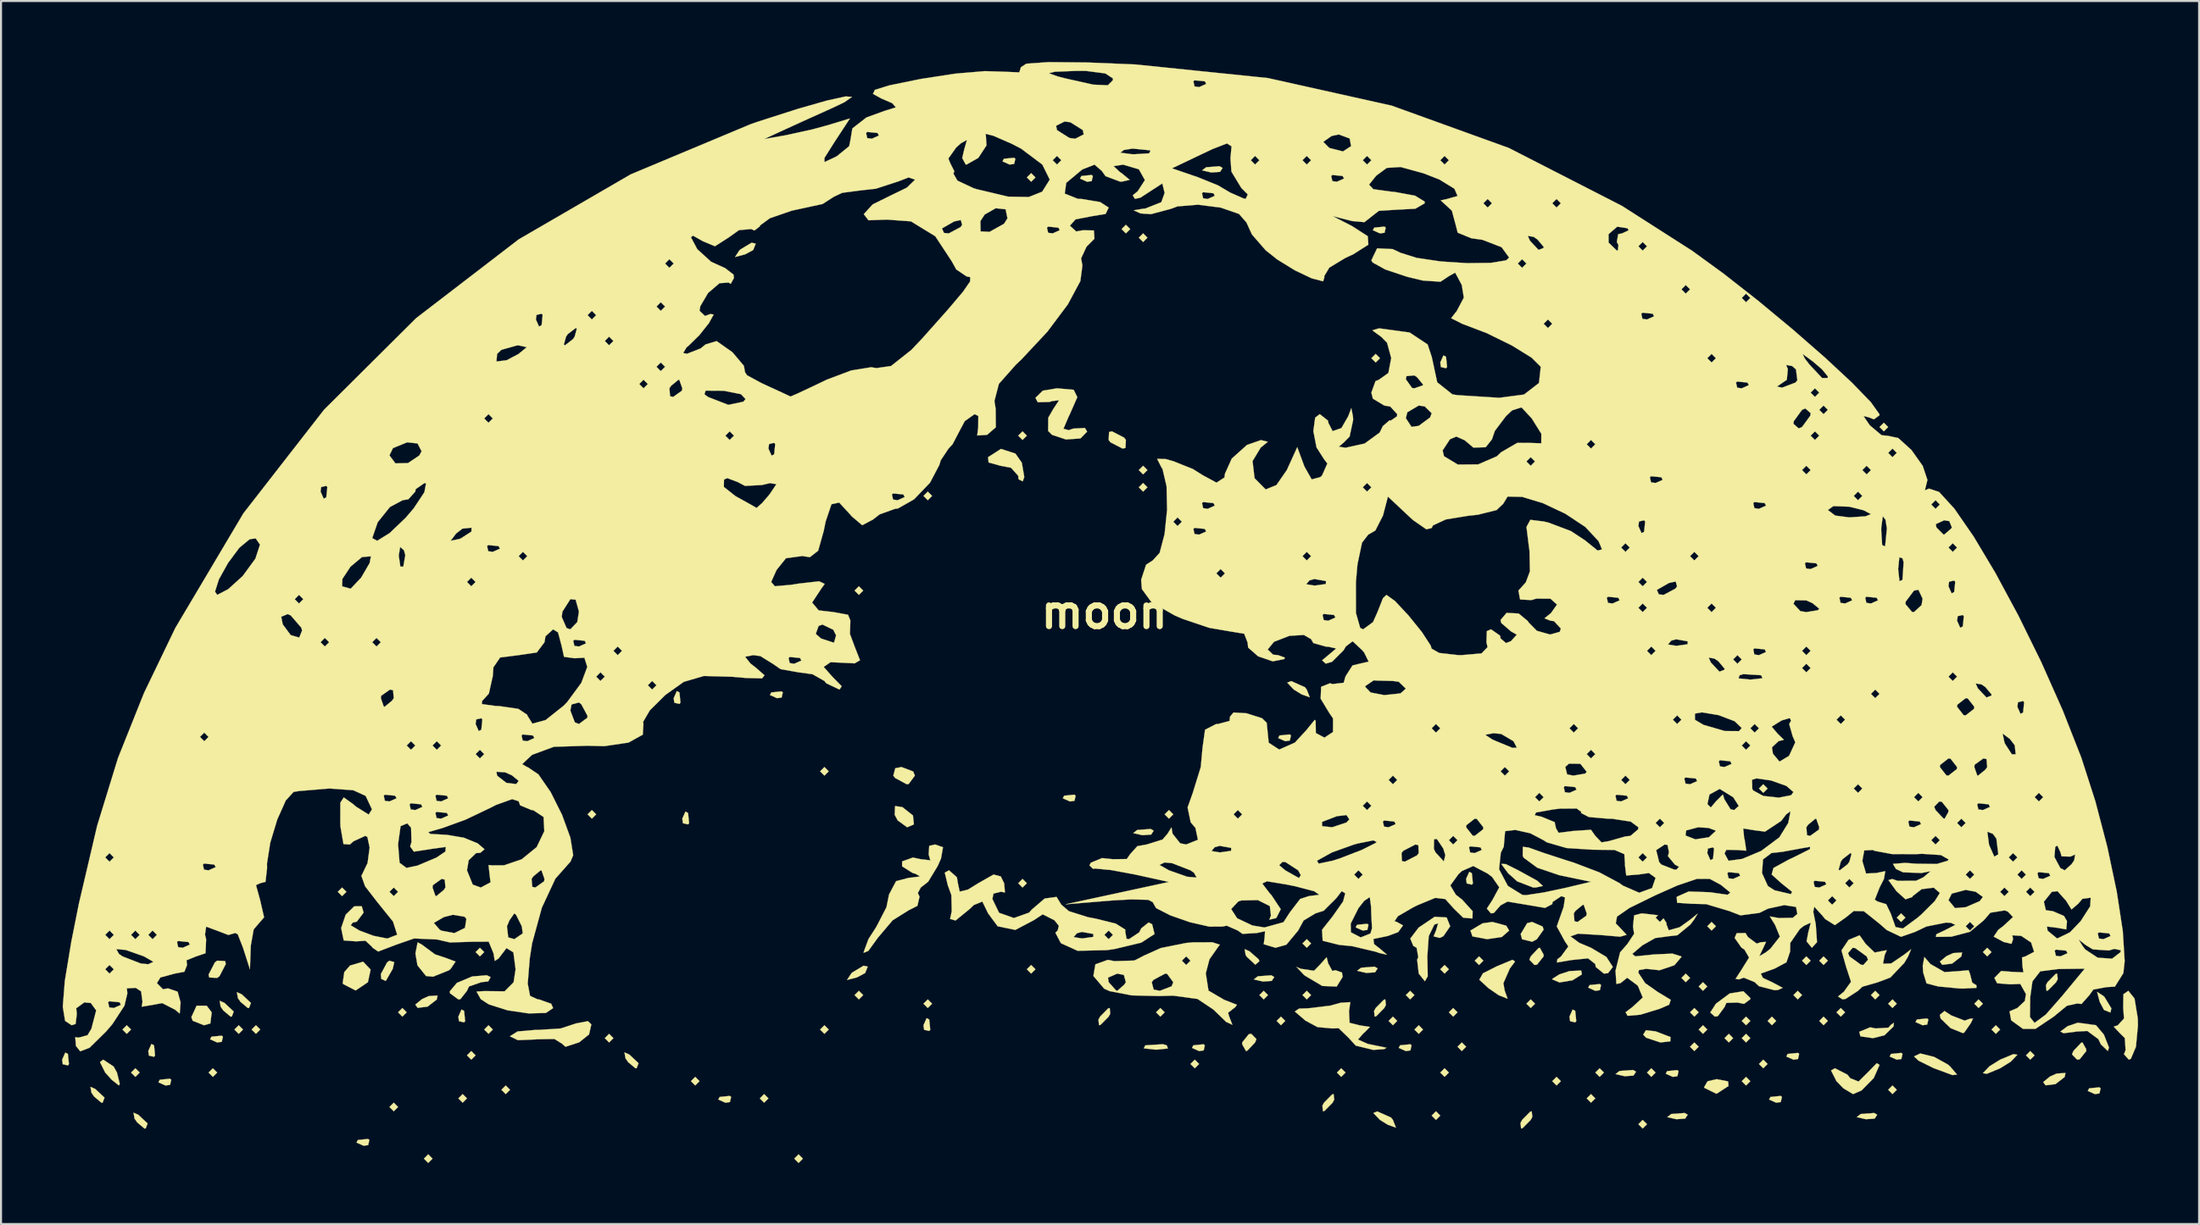
<source format=kicad_pcb>
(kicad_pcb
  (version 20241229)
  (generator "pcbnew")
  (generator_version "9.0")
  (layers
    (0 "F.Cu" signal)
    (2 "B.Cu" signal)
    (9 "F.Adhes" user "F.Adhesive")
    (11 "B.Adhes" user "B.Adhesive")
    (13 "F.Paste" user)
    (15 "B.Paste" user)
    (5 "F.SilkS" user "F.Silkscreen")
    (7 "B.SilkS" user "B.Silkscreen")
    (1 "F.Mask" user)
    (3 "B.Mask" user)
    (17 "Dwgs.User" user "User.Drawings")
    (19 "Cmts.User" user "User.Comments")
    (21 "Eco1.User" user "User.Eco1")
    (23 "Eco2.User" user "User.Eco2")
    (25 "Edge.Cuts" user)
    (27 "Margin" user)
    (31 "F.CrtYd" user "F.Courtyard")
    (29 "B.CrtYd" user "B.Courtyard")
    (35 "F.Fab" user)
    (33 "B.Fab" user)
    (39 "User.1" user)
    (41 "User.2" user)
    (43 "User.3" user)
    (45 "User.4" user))
  (footprint "moon"
    (layer "F.Cu")
    (at 51.228 27.056)
    (property "Reference" "moon" (at 0 0 0) (layer "F.SilkS") (effects (font (size 1.524 1.524) (thickness 0.3))))
    (attr through_hole)
    (fp_poly (pts (xy -47.837 20.532) (xy -48.048 20.743) (xy -48.26 20.532) (xy -48.048 20.32) (xy -47.837 20.532)) (stroke (width 0.01) (type solid)) (fill yes) (layer "F.SilkS"))
    (fp_poly (pts (xy -47.413 22.648) (xy -47.625 22.86) (xy -47.837 22.648) (xy -47.625 22.437) (xy -47.413 22.648)) (stroke (width 0.01) (type solid)) (fill yes) (layer "F.SilkS"))
    (fp_poly (pts (xy -43.603 22.648) (xy -43.815 22.86) (xy -44.027 22.648) (xy -43.815 22.437) (xy -43.603 22.648)) (stroke (width 0.01) (type solid)) (fill yes) (layer "F.SilkS"))
    (fp_poly (pts (xy -42.333 20.532) (xy -42.545 20.743) (xy -42.757 20.532) (xy -42.545 20.32) (xy -42.333 20.532)) (stroke (width 0.01) (type solid)) (fill yes) (layer "F.SilkS"))
    (fp_poly (pts (xy -41.487 20.532) (xy -41.698 20.743) (xy -41.91 20.532) (xy -41.698 20.32) (xy -41.487 20.532)) (stroke (width 0.01) (type solid)) (fill yes) (layer "F.SilkS"))
    (fp_poly (pts (xy -37.253 13.758) (xy -37.465 13.97) (xy -37.677 13.758) (xy -37.465 13.547) (xy -37.253 13.758)) (stroke (width 0.01) (type solid)) (fill yes) (layer "F.SilkS"))
    (fp_poly (pts (xy -34.713 24.342) (xy -34.925 24.553) (xy -35.137 24.342) (xy -34.925 24.13) (xy -34.713 24.342)) (stroke (width 0.01) (type solid)) (fill yes) (layer "F.SilkS"))
    (fp_poly (pts (xy -34.29 19.685) (xy -34.502 19.897) (xy -34.713 19.685) (xy -34.502 19.473) (xy -34.29 19.685)) (stroke (width 0.01) (type solid)) (fill yes) (layer "F.SilkS"))
    (fp_poly (pts (xy -33.02 26.882) (xy -33.232 27.093) (xy -33.443 26.882) (xy -33.232 26.67) (xy -33.02 26.882)) (stroke (width 0.01) (type solid)) (fill yes) (layer "F.SilkS"))
    (fp_poly (pts (xy -31.327 23.918) (xy -31.538 24.13) (xy -31.75 23.918) (xy -31.538 23.707) (xy -31.327 23.918)) (stroke (width 0.01) (type solid)) (fill yes) (layer "F.SilkS"))
    (fp_poly (pts (xy -30.903 21.802) (xy -31.115 22.013) (xy -31.327 21.802) (xy -31.115 21.59) (xy -30.903 21.802)) (stroke (width 0.01) (type solid)) (fill yes) (layer "F.SilkS"))
    (fp_poly (pts (xy -30.48 16.722) (xy -30.692 16.933) (xy -30.903 16.722) (xy -30.692 16.51) (xy -30.48 16.722)) (stroke (width 0.01) (type solid)) (fill yes) (layer "F.SilkS"))
    (fp_poly (pts (xy -30.057 20.532) (xy -30.268 20.743) (xy -30.48 20.532) (xy -30.268 20.32) (xy -30.057 20.532)) (stroke (width 0.01) (type solid)) (fill yes) (layer "F.SilkS"))
    (fp_poly (pts (xy -29.21 23.495) (xy -29.422 23.707) (xy -29.633 23.495) (xy -29.422 23.283) (xy -29.21 23.495)) (stroke (width 0.01) (type solid)) (fill yes) (layer "F.SilkS"))
    (fp_poly (pts (xy -24.977 9.948) (xy -25.188 10.16) (xy -25.4 9.948) (xy -25.188 9.737) (xy -24.977 9.948)) (stroke (width 0.01) (type solid)) (fill yes) (layer "F.SilkS"))
    (fp_poly (pts (xy -24.13 20.955) (xy -24.342 21.167) (xy -24.553 20.955) (xy -24.342 20.743) (xy -24.13 20.955)) (stroke (width 0.01) (type solid)) (fill yes) (layer "F.SilkS"))
    (fp_poly (pts (xy -19.897 23.072) (xy -20.108 23.283) (xy -20.32 23.072) (xy -20.108 22.86) (xy -19.897 23.072)) (stroke (width 0.01) (type solid)) (fill yes) (layer "F.SilkS"))
    (fp_poly (pts (xy -16.51 23.918) (xy -16.722 24.13) (xy -16.933 23.918) (xy -16.722 23.707) (xy -16.51 23.918)) (stroke (width 0.01) (type solid)) (fill yes) (layer "F.SilkS"))
    (fp_poly (pts (xy -14.817 26.882) (xy -15.028 27.093) (xy -15.24 26.882) (xy -15.028 26.67) (xy -14.817 26.882)) (stroke (width 0.01) (type solid)) (fill yes) (layer "F.SilkS"))
    (fp_poly (pts (xy -13.547 7.832) (xy -13.758 8.043) (xy -13.97 7.832) (xy -13.758 7.62) (xy -13.547 7.832)) (stroke (width 0.01) (type solid)) (fill yes) (layer "F.SilkS"))
    (fp_poly (pts (xy -13.547 20.532) (xy -13.758 20.743) (xy -13.97 20.532) (xy -13.758 20.32) (xy -13.547 20.532)) (stroke (width 0.01) (type solid)) (fill yes) (layer "F.SilkS"))
    (fp_poly (pts (xy -11.853 -1.058) (xy -12.065 -0.847) (xy -12.277 -1.058) (xy -12.065 -1.27) (xy -11.853 -1.058)) (stroke (width 0.01) (type solid)) (fill yes) (layer "F.SilkS"))
    (fp_poly (pts (xy -11.853 18.838) (xy -12.065 19.05) (xy -12.277 18.838) (xy -12.065 18.627) (xy -11.853 18.838)) (stroke (width 0.01) (type solid)) (fill yes) (layer "F.SilkS"))
    (fp_poly (pts (xy -8.467 -5.715) (xy -8.678 -5.503) (xy -8.89 -5.715) (xy -8.678 -5.927) (xy -8.467 -5.715)) (stroke (width 0.01) (type solid)) (fill yes) (layer "F.SilkS"))
    (fp_poly (pts (xy -8.467 19.262) (xy -8.678 19.473) (xy -8.89 19.262) (xy -8.678 19.05) (xy -8.467 19.262)) (stroke (width 0.01) (type solid)) (fill yes) (layer "F.SilkS"))
    (fp_poly (pts (xy -3.81 -8.678) (xy -4.022 -8.467) (xy -4.233 -8.678) (xy -4.022 -8.89) (xy -3.81 -8.678)) (stroke (width 0.01) (type solid)) (fill yes) (layer "F.SilkS"))
    (fp_poly (pts (xy -3.81 13.335) (xy -4.022 13.547) (xy -4.233 13.335) (xy -4.022 13.123) (xy -3.81 13.335)) (stroke (width 0.01) (type solid)) (fill yes) (layer "F.SilkS"))
    (fp_poly (pts (xy -3.387 -21.378) (xy -3.598 -21.167) (xy -3.81 -21.378) (xy -3.598 -21.59) (xy -3.387 -21.378)) (stroke (width 0.01) (type solid)) (fill yes) (layer "F.SilkS"))
    (fp_poly (pts (xy -3.387 17.568) (xy -3.598 17.78) (xy -3.81 17.568) (xy -3.598 17.357) (xy -3.387 17.568)) (stroke (width 0.01) (type solid)) (fill yes) (layer "F.SilkS"))
    (fp_poly (pts (xy 1.27 -18.838) (xy 1.058 -18.627) (xy 0.847 -18.838) (xy 1.058 -19.05) (xy 1.27 -18.838)) (stroke (width 0.01) (type solid)) (fill yes) (layer "F.SilkS"))
    (fp_poly (pts (xy 2.117 -18.415) (xy 1.905 -18.203) (xy 1.693 -18.415) (xy 1.905 -18.627) (xy 2.117 -18.415)) (stroke (width 0.01) (type solid)) (fill yes) (layer "F.SilkS"))
    (fp_poly (pts (xy 2.117 -6.985) (xy 1.905 -6.773) (xy 1.693 -6.985) (xy 1.905 -7.197) (xy 2.117 -6.985)) (stroke (width 0.01) (type solid)) (fill yes) (layer "F.SilkS"))
    (fp_poly (pts (xy 2.117 -6.138) (xy 1.905 -5.927) (xy 1.693 -6.138) (xy 1.905 -6.35) (xy 2.117 -6.138)) (stroke (width 0.01) (type solid)) (fill yes) (layer "F.SilkS"))
    (fp_poly (pts (xy 2.963 19.685) (xy 2.752 19.897) (xy 2.54 19.685) (xy 2.752 19.473) (xy 2.963 19.685)) (stroke (width 0.01) (type solid)) (fill yes) (layer "F.SilkS"))
    (fp_poly (pts (xy 3.387 9.948) (xy 3.175 10.16) (xy 2.963 9.948) (xy 3.175 9.737) (xy 3.387 9.948)) (stroke (width 0.01) (type solid)) (fill yes) (layer "F.SilkS"))
    (fp_poly (pts (xy 4.657 22.225) (xy 4.445 22.437) (xy 4.233 22.225) (xy 4.445 22.013) (xy 4.657 22.225)) (stroke (width 0.01) (type solid)) (fill yes) (layer "F.SilkS"))
    (fp_poly (pts (xy 8.043 18.838) (xy 7.832 19.05) (xy 7.62 18.838) (xy 7.832 18.627) (xy 8.043 18.838)) (stroke (width 0.01) (type solid)) (fill yes) (layer "F.SilkS"))
    (fp_poly (pts (xy 8.89 20.108) (xy 8.678 20.32) (xy 8.467 20.108) (xy 8.678 19.897) (xy 8.89 20.108)) (stroke (width 0.01) (type solid)) (fill yes) (layer "F.SilkS"))
    (fp_poly (pts (xy 10.16 16.298) (xy 9.948 16.51) (xy 9.737 16.298) (xy 9.948 16.087) (xy 10.16 16.298)) (stroke (width 0.01) (type solid)) (fill yes) (layer "F.SilkS"))
    (fp_poly (pts (xy 10.16 18.838) (xy 9.948 19.05) (xy 9.737 18.838) (xy 9.948 18.627) (xy 10.16 18.838)) (stroke (width 0.01) (type solid)) (fill yes) (layer "F.SilkS"))
    (fp_poly (pts (xy 11.853 22.648) (xy 11.642 22.86) (xy 11.43 22.648) (xy 11.642 22.437) (xy 11.853 22.648)) (stroke (width 0.01) (type solid)) (fill yes) (layer "F.SilkS"))
    (fp_poly (pts (xy 13.547 -12.488) (xy 13.335 -12.277) (xy 13.123 -12.488) (xy 13.335 -12.7) (xy 13.547 -12.488)) (stroke (width 0.01) (type solid)) (fill yes) (layer "F.SilkS"))
    (fp_poly (pts (xy 14.393 20.108) (xy 14.182 20.32) (xy 13.97 20.108) (xy 14.182 19.897) (xy 14.393 20.108)) (stroke (width 0.01) (type solid)) (fill yes) (layer "F.SilkS"))
    (fp_poly (pts (xy 15.24 18.838) (xy 15.028 19.05) (xy 14.817 18.838) (xy 15.028 18.627) (xy 15.24 18.838)) (stroke (width 0.01) (type solid)) (fill yes) (layer "F.SilkS"))
    (fp_poly (pts (xy 15.663 20.532) (xy 15.452 20.743) (xy 15.24 20.532) (xy 15.452 20.32) (xy 15.663 20.532)) (stroke (width 0.01) (type solid)) (fill yes) (layer "F.SilkS"))
    (fp_poly (pts (xy 16.51 24.765) (xy 16.298 24.977) (xy 16.087 24.765) (xy 16.298 24.553) (xy 16.51 24.765)) (stroke (width 0.01) (type solid)) (fill yes) (layer "F.SilkS"))
    (fp_poly (pts (xy 16.933 17.568) (xy 16.722 17.78) (xy 16.51 17.568) (xy 16.722 17.357) (xy 16.933 17.568)) (stroke (width 0.01) (type solid)) (fill yes) (layer "F.SilkS"))
    (fp_poly (pts (xy 16.933 22.648) (xy 16.722 22.86) (xy 16.51 22.648) (xy 16.722 22.437) (xy 16.933 22.648)) (stroke (width 0.01) (type solid)) (fill yes) (layer "F.SilkS"))
    (fp_poly (pts (xy 17.357 19.685) (xy 17.145 19.897) (xy 16.933 19.685) (xy 17.145 19.473) (xy 17.357 19.685)) (stroke (width 0.01) (type solid)) (fill yes) (layer "F.SilkS"))
    (fp_poly (pts (xy 17.78 21.378) (xy 17.568 21.59) (xy 17.357 21.378) (xy 17.568 21.167) (xy 17.78 21.378)) (stroke (width 0.01) (type solid)) (fill yes) (layer "F.SilkS"))
    (fp_poly (pts (xy 18.627 17.145) (xy 18.415 17.357) (xy 18.203 17.145) (xy 18.415 16.933) (xy 18.627 17.145)) (stroke (width 0.01) (type solid)) (fill yes) (layer "F.SilkS"))
    (fp_poly (pts (xy 21.167 19.262) (xy 20.955 19.473) (xy 20.743 19.262) (xy 20.955 19.05) (xy 21.167 19.262)) (stroke (width 0.01) (type solid)) (fill yes) (layer "F.SilkS"))
    (fp_poly (pts (xy 22.437 23.072) (xy 22.225 23.283) (xy 22.013 23.072) (xy 22.225 22.86) (xy 22.437 23.072)) (stroke (width 0.01) (type solid)) (fill yes) (layer "F.SilkS"))
    (fp_poly (pts (xy 24.13 23.918) (xy 23.918 24.13) (xy 23.707 23.918) (xy 23.918 23.707) (xy 24.13 23.918)) (stroke (width 0.01) (type solid)) (fill yes) (layer "F.SilkS"))
    (fp_poly (pts (xy 24.553 22.648) (xy 24.342 22.86) (xy 24.13 22.648) (xy 24.342 22.437) (xy 24.553 22.648)) (stroke (width 0.01) (type solid)) (fill yes) (layer "F.SilkS"))
    (fp_poly (pts (xy 26.67 25.188) (xy 26.458 25.4) (xy 26.247 25.188) (xy 26.458 24.977) (xy 26.67 25.188)) (stroke (width 0.01) (type solid)) (fill yes) (layer "F.SilkS"))
    (fp_poly (pts (xy 27.093 22.648) (xy 26.882 22.86) (xy 26.67 22.648) (xy 26.882 22.437) (xy 27.093 22.648)) (stroke (width 0.01) (type solid)) (fill yes) (layer "F.SilkS"))
    (fp_poly (pts (xy 28.787 17.992) (xy 28.575 18.203) (xy 28.363 17.992) (xy 28.575 17.78) (xy 28.787 17.992)) (stroke (width 0.01) (type solid)) (fill yes) (layer "F.SilkS"))
    (fp_poly (pts (xy 29.21 19.685) (xy 28.998 19.897) (xy 28.787 19.685) (xy 28.998 19.473) (xy 29.21 19.685)) (stroke (width 0.01) (type solid)) (fill yes) (layer "F.SilkS"))
    (fp_poly (pts (xy 29.21 21.378) (xy 28.998 21.59) (xy 28.787 21.378) (xy 28.998 21.167) (xy 29.21 21.378)) (stroke (width 0.01) (type solid)) (fill yes) (layer "F.SilkS"))
    (fp_poly (pts (xy 29.633 18.415) (xy 29.422 18.627) (xy 29.21 18.415) (xy 29.422 18.203) (xy 29.633 18.415)) (stroke (width 0.01) (type solid)) (fill yes) (layer "F.SilkS"))
    (fp_poly (pts (xy 29.633 20.532) (xy 29.422 20.743) (xy 29.21 20.532) (xy 29.422 20.32) (xy 29.633 20.532)) (stroke (width 0.01) (type solid)) (fill yes) (layer "F.SilkS"))
    (fp_poly (pts (xy 30.057 15.452) (xy 29.845 15.663) (xy 29.633 15.452) (xy 29.845 15.24) (xy 30.057 15.452)) (stroke (width 0.01) (type solid)) (fill yes) (layer "F.SilkS"))
    (fp_poly (pts (xy 30.903 20.955) (xy 30.692 21.167) (xy 30.48 20.955) (xy 30.692 20.743) (xy 30.903 20.955)) (stroke (width 0.01) (type solid)) (fill yes) (layer "F.SilkS"))
    (fp_poly (pts (xy 31.75 20.108) (xy 31.538 20.32) (xy 31.327 20.108) (xy 31.538 19.897) (xy 31.75 20.108)) (stroke (width 0.01) (type solid)) (fill yes) (layer "F.SilkS"))
    (fp_poly (pts (xy 31.75 20.955) (xy 31.538 21.167) (xy 31.327 20.955) (xy 31.538 20.743) (xy 31.75 20.955)) (stroke (width 0.01) (type solid)) (fill yes) (layer "F.SilkS"))
    (fp_poly (pts (xy 31.75 23.072) (xy 31.538 23.283) (xy 31.327 23.072) (xy 31.538 22.86) (xy 31.75 23.072)) (stroke (width 0.01) (type solid)) (fill yes) (layer "F.SilkS"))
    (fp_poly (pts (xy 32.597 8.678) (xy 32.385 8.89) (xy 32.173 8.678) (xy 32.385 8.467) (xy 32.597 8.678)) (stroke (width 0.01) (type solid)) (fill yes) (layer "F.SilkS"))
    (fp_poly (pts (xy 32.597 22.225) (xy 32.385 22.437) (xy 32.173 22.225) (xy 32.385 22.013) (xy 32.597 22.225)) (stroke (width 0.01) (type solid)) (fill yes) (layer "F.SilkS"))
    (fp_poly (pts (xy 33.02 20.108) (xy 32.808 20.32) (xy 32.597 20.108) (xy 32.808 19.897) (xy 33.02 20.108)) (stroke (width 0.01) (type solid)) (fill yes) (layer "F.SilkS"))
    (fp_poly (pts (xy 34.29 18.838) (xy 34.078 19.05) (xy 33.867 18.838) (xy 34.078 18.627) (xy 34.29 18.838)) (stroke (width 0.01) (type solid)) (fill yes) (layer "F.SilkS"))
    (fp_poly (pts (xy 34.713 17.145) (xy 34.502 17.357) (xy 34.29 17.145) (xy 34.502 16.933) (xy 34.713 17.145)) (stroke (width 0.01) (type solid)) (fill yes) (layer "F.SilkS"))
    (fp_poly (pts (xy 35.56 17.145) (xy 35.348 17.357) (xy 35.137 17.145) (xy 35.348 16.933) (xy 35.56 17.145)) (stroke (width 0.01) (type solid)) (fill yes) (layer "F.SilkS"))
    (fp_poly (pts (xy 35.56 20.108) (xy 35.348 20.32) (xy 35.137 20.108) (xy 35.348 19.897) (xy 35.56 20.108)) (stroke (width 0.01) (type solid)) (fill yes) (layer "F.SilkS"))
    (fp_poly (pts (xy 36.407 19.685) (xy 36.195 19.897) (xy 35.983 19.685) (xy 36.195 19.473) (xy 36.407 19.685)) (stroke (width 0.01) (type solid)) (fill yes) (layer "F.SilkS"))
    (fp_poly (pts (xy 38.1 18.838) (xy 37.888 19.05) (xy 37.677 18.838) (xy 37.888 18.627) (xy 38.1 18.838)) (stroke (width 0.01) (type solid)) (fill yes) (layer "F.SilkS"))
    (fp_poly (pts (xy 38.523 -9.102) (xy 38.312 -8.89) (xy 38.1 -9.102) (xy 38.312 -9.313) (xy 38.523 -9.102)) (stroke (width 0.01) (type solid)) (fill yes) (layer "F.SilkS"))
    (fp_poly (pts (xy 38.947 19.262) (xy 38.735 19.473) (xy 38.523 19.262) (xy 38.735 19.05) (xy 38.947 19.262)) (stroke (width 0.01) (type solid)) (fill yes) (layer "F.SilkS"))
    (fp_poly (pts (xy 38.947 23.495) (xy 38.735 23.707) (xy 38.523 23.495) (xy 38.735 23.283) (xy 38.947 23.495)) (stroke (width 0.01) (type solid)) (fill yes) (layer "F.SilkS"))
    (fp_poly (pts (xy 39.37 15.028) (xy 39.158 15.24) (xy 38.947 15.028) (xy 39.158 14.817) (xy 39.37 15.028)) (stroke (width 0.01) (type solid)) (fill yes) (layer "F.SilkS"))
    (fp_poly (pts (xy 43.18 19.262) (xy 42.968 19.473) (xy 42.757 19.262) (xy 42.968 19.05) (xy 43.18 19.262)) (stroke (width 0.01) (type solid)) (fill yes) (layer "F.SilkS"))
    (fp_poly (pts (xy 43.603 16.722) (xy 43.392 16.933) (xy 43.18 16.722) (xy 43.392 16.51) (xy 43.603 16.722)) (stroke (width 0.01) (type solid)) (fill yes) (layer "F.SilkS"))
    (fp_poly (pts (xy 44.027 20.532) (xy 43.815 20.743) (xy 43.603 20.532) (xy 43.815 20.32) (xy 44.027 20.532)) (stroke (width 0.01) (type solid)) (fill yes) (layer "F.SilkS"))
    (fp_poly (pts (xy 45.72 21.802) (xy 45.508 22.013) (xy 45.297 21.802) (xy 45.508 21.59) (xy 45.72 21.802)) (stroke (width 0.01) (type solid)) (fill yes) (layer "F.SilkS"))
    (fp_poly (pts (xy -50.941 21.731) (xy -50.89 22.234) (xy -50.941 22.296) (xy -51.193 22.237) (xy -51.223 22.013) (xy -51.068 21.665) (xy -50.941 21.731)) (stroke (width 0.01) (type solid)) (fill yes) (layer "F.SilkS"))
    (fp_poly (pts (xy -46.708 21.308) (xy -46.657 21.81) (xy -46.708 21.872) (xy -46.959 21.814) (xy -46.99 21.59) (xy -46.835 21.242) (xy -46.708 21.308)) (stroke (width 0.01) (type solid)) (fill yes) (layer "F.SilkS"))
    (fp_poly (pts (xy -45.861 23.001) (xy -45.919 23.253) (xy -46.143 23.283) (xy -46.492 23.128) (xy -46.426 23.001) (xy -45.923 22.95) (xy -45.861 23.001)) (stroke (width 0.01) (type solid)) (fill yes) (layer "F.SilkS"))
    (fp_poly (pts (xy -43.321 20.884) (xy -43.379 21.136) (xy -43.603 21.167) (xy -43.952 21.012) (xy -43.886 20.884) (xy -43.383 20.834) (xy -43.321 20.884)) (stroke (width 0.01) (type solid)) (fill yes) (layer "F.SilkS"))
    (fp_poly (pts (xy -36.124 25.964) (xy -36.183 26.216) (xy -36.407 26.247) (xy -36.755 26.092) (xy -36.689 25.964) (xy -36.186 25.914) (xy -36.124 25.964)) (stroke (width 0.01) (type solid)) (fill yes) (layer "F.SilkS"))
    (fp_poly (pts (xy -31.468 19.614) (xy -31.417 20.117) (xy -31.468 20.179) (xy -31.719 20.121) (xy -31.75 19.897) (xy -31.595 19.548) (xy -31.468 19.614)) (stroke (width 0.01) (type solid)) (fill yes) (layer "F.SilkS"))
    (fp_poly (pts (xy -20.884 3.951) (xy -20.834 4.454) (xy -20.884 4.516) (xy -21.136 4.457) (xy -21.167 4.233) (xy -21.012 3.885) (xy -20.884 3.951)) (stroke (width 0.01) (type solid)) (fill yes) (layer "F.SilkS"))
    (fp_poly (pts (xy -20.461 9.878) (xy -20.41 10.38) (xy -20.461 10.442) (xy -20.713 10.384) (xy -20.743 10.16) (xy -20.588 9.812) (xy -20.461 9.878)) (stroke (width 0.01) (type solid)) (fill yes) (layer "F.SilkS"))
    (fp_poly (pts (xy -18.344 23.848) (xy -18.403 24.099) (xy -18.627 24.13) (xy -18.975 23.975) (xy -18.909 23.848) (xy -18.406 23.797) (xy -18.344 23.848)) (stroke (width 0.01) (type solid)) (fill yes) (layer "F.SilkS"))
    (fp_poly (pts (xy -15.804 3.951) (xy -15.863 4.203) (xy -16.087 4.233) (xy -16.435 4.078) (xy -16.369 3.951) (xy -15.866 3.9) (xy -15.804 3.951)) (stroke (width 0.01) (type solid)) (fill yes) (layer "F.SilkS"))
    (fp_poly (pts (xy -8.608 20.038) (xy -8.557 20.54) (xy -8.608 20.602) (xy -8.859 20.544) (xy -8.89 20.32) (xy -8.735 19.972) (xy -8.608 20.038)) (stroke (width 0.01) (type solid)) (fill yes) (layer "F.SilkS"))
    (fp_poly (pts (xy -4.374 -22.296) (xy -4.433 -22.044) (xy -4.657 -22.013) (xy -5.005 -22.168) (xy -4.939 -22.296) (xy -4.436 -22.346) (xy -4.374 -22.296)) (stroke (width 0.01) (type solid)) (fill yes) (layer "F.SilkS"))
    (fp_poly (pts (xy -1.411 9.031) (xy -1.469 9.283) (xy -1.693 9.313) (xy -2.042 9.158) (xy -1.976 9.031) (xy -1.473 8.98) (xy -1.411 9.031)) (stroke (width 0.01) (type solid)) (fill yes) (layer "F.SilkS"))
    (fp_poly (pts (xy -0.564 -21.449) (xy -0.623 -21.197) (xy -0.847 -21.167) (xy -1.195 -21.322) (xy -1.129 -21.449) (xy -0.626 -21.5) (xy -0.564 -21.449)) (stroke (width 0.01) (type solid)) (fill yes) (layer "F.SilkS"))
    (fp_poly (pts (xy 2.425 10.751) (xy 2.299 10.943) (xy 1.87 10.973) (xy 1.418 10.87) (xy 1.614 10.717) (xy 2.276 10.667) (xy 2.425 10.751)) (stroke (width 0.01) (type solid)) (fill yes) (layer "F.SilkS"))
    (fp_poly (pts (xy 3.069 21.31) (xy 3.122 21.464) (xy 2.54 21.523) (xy 1.939 21.457) (xy 2.011 21.31) (xy 2.878 21.254) (xy 3.069 21.31)) (stroke (width 0.01) (type solid)) (fill yes) (layer "F.SilkS"))
    (fp_poly (pts (xy 4.939 21.308) (xy 4.881 21.559) (xy 4.657 21.59) (xy 4.308 21.435) (xy 4.374 21.308) (xy 4.877 21.257) (xy 4.939 21.308)) (stroke (width 0.01) (type solid)) (fill yes) (layer "F.SilkS"))
    (fp_poly (pts (xy 5.812 -21.846) (xy 5.686 -21.653) (xy 5.256 -21.623) (xy 4.805 -21.727) (xy 5.001 -21.879) (xy 5.662 -21.93) (xy 5.812 -21.846)) (stroke (width 0.01) (type solid)) (fill yes) (layer "F.SilkS"))
    (fp_poly (pts (xy 8.352 17.948) (xy 8.226 18.14) (xy 7.796 18.17) (xy 7.345 18.067) (xy 7.541 17.914) (xy 8.202 17.864) (xy 8.352 17.948)) (stroke (width 0.01) (type solid)) (fill yes) (layer "F.SilkS"))
    (fp_poly (pts (xy 9.172 6.068) (xy 9.114 6.319) (xy 8.89 6.35) (xy 8.542 6.195) (xy 8.608 6.068) (xy 9.11 6.017) (xy 9.172 6.068)) (stroke (width 0.01) (type solid)) (fill yes) (layer "F.SilkS"))
    (fp_poly (pts (xy 12.982 15.381) (xy 12.924 15.633) (xy 12.7 15.663) (xy 12.352 15.508) (xy 12.418 15.381) (xy 12.92 15.33) (xy 12.982 15.381)) (stroke (width 0.01) (type solid)) (fill yes) (layer "F.SilkS"))
    (fp_poly (pts (xy 13.432 17.524) (xy 13.306 17.717) (xy 12.876 17.747) (xy 12.425 17.643) (xy 12.621 17.491) (xy 13.282 17.44) (xy 13.432 17.524)) (stroke (width 0.01) (type solid)) (fill yes) (layer "F.SilkS"))
    (fp_poly (pts (xy 13.829 -18.909) (xy 13.771 -18.657) (xy 13.547 -18.627) (xy 13.198 -18.782) (xy 13.264 -18.909) (xy 13.767 -18.96) (xy 13.829 -18.909)) (stroke (width 0.01) (type solid)) (fill yes) (layer "F.SilkS"))
    (fp_poly (pts (xy 15.099 21.308) (xy 15.041 21.559) (xy 14.817 21.59) (xy 14.468 21.435) (xy 14.534 21.308) (xy 15.037 21.257) (xy 15.099 21.308)) (stroke (width 0.01) (type solid)) (fill yes) (layer "F.SilkS"))
    (fp_poly (pts (xy 16.792 -12.559) (xy 16.843 -12.056) (xy 16.792 -11.994) (xy 16.541 -12.053) (xy 16.51 -12.277) (xy 16.665 -12.625) (xy 16.792 -12.559)) (stroke (width 0.01) (type solid)) (fill yes) (layer "F.SilkS"))
    (fp_poly (pts (xy 18.062 12.841) (xy 18.113 13.344) (xy 18.062 13.406) (xy 17.811 13.347) (xy 17.78 13.123) (xy 17.935 12.775) (xy 18.062 12.841)) (stroke (width 0.01) (type solid)) (fill yes) (layer "F.SilkS"))
    (fp_poly (pts (xy 23.142 19.614) (xy 23.193 20.117) (xy 23.142 20.179) (xy 22.891 20.121) (xy 22.86 19.897) (xy 23.015 19.548) (xy 23.142 19.614)) (stroke (width 0.01) (type solid)) (fill yes) (layer "F.SilkS"))
    (fp_poly (pts (xy 24.412 18.344) (xy 24.354 18.596) (xy 24.13 18.627) (xy 23.782 18.472) (xy 23.848 18.344) (xy 24.35 18.294) (xy 24.412 18.344)) (stroke (width 0.01) (type solid)) (fill yes) (layer "F.SilkS"))
    (fp_poly (pts (xy 26.132 22.604) (xy 26.006 22.797) (xy 25.576 22.827) (xy 25.125 22.723) (xy 25.321 22.571) (xy 25.982 22.52) (xy 26.132 22.604)) (stroke (width 0.01) (type solid)) (fill yes) (layer "F.SilkS"))
    (fp_poly (pts (xy 28.222 22.578) (xy 28.164 22.829) (xy 27.94 22.86) (xy 27.592 22.705) (xy 27.658 22.578) (xy 28.16 22.527) (xy 28.222 22.578)) (stroke (width 0.01) (type solid)) (fill yes) (layer "F.SilkS"))
    (fp_poly (pts (xy 28.672 24.721) (xy 28.546 24.913) (xy 28.116 24.943) (xy 27.665 24.84) (xy 27.861 24.687) (xy 28.522 24.637) (xy 28.672 24.721)) (stroke (width 0.01) (type solid)) (fill yes) (layer "F.SilkS"))
    (fp_poly (pts (xy 33.302 23.848) (xy 33.244 24.099) (xy 33.02 24.13) (xy 32.672 23.975) (xy 32.738 23.848) (xy 33.24 23.797) (xy 33.302 23.848)) (stroke (width 0.01) (type solid)) (fill yes) (layer "F.SilkS"))
    (fp_poly (pts (xy 34.149 21.731) (xy 34.091 21.983) (xy 33.867 22.013) (xy 33.518 21.858) (xy 33.584 21.731) (xy 34.087 21.68) (xy 34.149 21.731)) (stroke (width 0.01) (type solid)) (fill yes) (layer "F.SilkS"))
    (fp_poly (pts (xy 37.985 24.721) (xy 37.859 24.913) (xy 37.43 24.943) (xy 36.978 24.84) (xy 37.174 24.687) (xy 37.836 24.637) (xy 37.985 24.721)) (stroke (width 0.01) (type solid)) (fill yes) (layer "F.SilkS"))
    (fp_poly (pts (xy 39.229 21.731) (xy 39.171 21.983) (xy 38.947 22.013) (xy 38.598 21.858) (xy 38.664 21.731) (xy 39.167 21.68) (xy 39.229 21.731)) (stroke (width 0.01) (type solid)) (fill yes) (layer "F.SilkS"))
    (fp_poly (pts (xy 40.499 20.038) (xy 40.441 20.289) (xy 40.217 20.32) (xy 39.868 20.165) (xy 39.934 20.038) (xy 40.437 19.987) (xy 40.499 20.038)) (stroke (width 0.01) (type solid)) (fill yes) (layer "F.SilkS"))
    (fp_poly (pts (xy 48.966 23.424) (xy 48.907 23.676) (xy 48.683 23.707) (xy 48.335 23.552) (xy 48.401 23.424) (xy 48.904 23.374) (xy 48.966 23.424)) (stroke (width 0.01) (type solid)) (fill yes) (layer "F.SilkS"))
    (fp_poly (pts (xy -49.595 23.455) (xy -49.141 23.881) (xy -49.234 24.126) (xy -49.293 24.13) (xy -49.651 23.829) (xy -49.782 23.641) (xy -49.832 23.352) (xy -49.595 23.455)) (stroke (width 0.01) (type solid)) (fill yes) (layer "F.SilkS"))
    (fp_poly (pts (xy -47.479 24.725) (xy -47.024 25.151) (xy -47.118 25.396) (xy -47.177 25.4) (xy -47.535 25.099) (xy -47.665 24.911) (xy -47.715 24.622) (xy -47.479 24.725)) (stroke (width 0.01) (type solid)) (fill yes) (layer "F.SilkS"))
    (fp_poly (pts (xy -44.117 19.361) (xy -43.873 19.687) (xy -43.94 20.232) (xy -44.252 20.32) (xy -44.807 20.101) (xy -44.873 19.922) (xy -44.614 19.358) (xy -44.117 19.361)) (stroke (width 0.01) (type solid)) (fill yes) (layer "F.SilkS"))
    (fp_poly (pts (xy -43.245 19.221) (xy -42.791 19.647) (xy -42.884 19.893) (xy -42.943 19.897) (xy -43.301 19.596) (xy -43.432 19.408) (xy -43.482 19.118) (xy -43.245 19.221)) (stroke (width 0.01) (type solid)) (fill yes) (layer "F.SilkS"))
    (fp_poly (pts (xy -42.399 18.798) (xy -41.944 19.224) (xy -42.038 19.469) (xy -42.097 19.473) (xy -42.455 19.173) (xy -42.585 18.985) (xy -42.635 18.695) (xy -42.399 18.798)) (stroke (width 0.01) (type solid)) (fill yes) (layer "F.SilkS"))
    (fp_poly (pts (xy -34.901 17.216) (xy -34.975 17.546) (xy -35.317 18.142) (xy -35.538 18.042) (xy -35.56 17.805) (xy -35.253 17.231) (xy -35.142 17.148) (xy -34.901 17.216)) (stroke (width 0.01) (type solid)) (fill yes) (layer "F.SilkS"))
    (fp_poly (pts (xy -32.811 19.055) (xy -33.264 19.406) (xy -33.749 19.465) (xy -33.867 19.307) (xy -33.535 19.035) (xy -33.21 18.888) (xy -32.773 18.859) (xy -32.811 19.055)) (stroke (width 0.01) (type solid)) (fill yes) (layer "F.SilkS"))
    (fp_poly (pts (xy -23.349 21.761) (xy -22.894 22.187) (xy -22.988 22.433) (xy -23.047 22.437) (xy -23.405 22.136) (xy -23.535 21.948) (xy -23.585 21.658) (xy -23.349 21.761)) (stroke (width 0.01) (type solid)) (fill yes) (layer "F.SilkS"))
    (fp_poly (pts (xy -17.134 -18.122) (xy -17.261 -17.807) (xy -17.656 -17.596) (xy -18.15 -17.467) (xy -17.948 -17.777) (xy -17.893 -17.833) (xy -17.338 -18.167) (xy -17.134 -18.122)) (stroke (width 0.01) (type solid)) (fill yes) (layer "F.SilkS"))
    (fp_poly (pts (xy -11.63 17.438) (xy -11.758 17.753) (xy -12.153 17.964) (xy -12.647 18.093) (xy -12.444 17.783) (xy -12.39 17.727) (xy -11.835 17.393) (xy -11.63 17.438)) (stroke (width 0.01) (type solid)) (fill yes) (layer "F.SilkS"))
    (fp_poly (pts (xy -9.927 9.592) (xy -9.407 10.002) (xy -9.361 10.442) (xy -9.691 10.583) (xy -10.157 10.247) (xy -10.305 9.97) (xy -10.286 9.54) (xy -9.927 9.592)) (stroke (width 0.01) (type solid)) (fill yes) (layer "F.SilkS"))
    (fp_poly (pts (xy 7.131 16.681) (xy 7.582 17.075) (xy 7.62 17.17) (xy 7.419 17.344) (xy 7.001 16.954) (xy 6.945 16.868) (xy 6.895 16.578) (xy 7.131 16.681)) (stroke (width 0.01) (type solid)) (fill yes) (layer "F.SilkS"))
    (fp_poly (pts (xy 9.858 3.695) (xy 9.948 3.81) (xy 10.097 4.191) (xy 9.697 4.047) (xy 9.313 3.81) (xy 8.988 3.47) (xy 9.183 3.393) (xy 9.858 3.695)) (stroke (width 0.01) (type solid)) (fill yes) (layer "F.SilkS"))
    (fp_poly (pts (xy 14.091 24.861) (xy 14.182 24.977) (xy 14.331 25.357) (xy 13.93 25.214) (xy 13.547 24.977) (xy 13.221 24.637) (xy 13.416 24.56) (xy 14.091 24.861)) (stroke (width 0.01) (type solid)) (fill yes) (layer "F.SilkS"))
    (fp_poly (pts (xy 27.093 20.621) (xy 27.826 20.902) (xy 27.817 21.112) (xy 27.33 21.167) (xy 26.626 20.934) (xy 26.483 20.783) (xy 26.618 20.566) (xy 27.093 20.621)) (stroke (width 0.01) (type solid)) (fill yes) (layer "F.SilkS"))
    (fp_poly (pts (xy 30.657 23.083) (xy 30.676 23.309) (xy 30.085 23.692) (xy 29.497 23.403) (xy 29.476 23.371) (xy 29.648 23.075) (xy 30.095 22.973) (xy 30.657 23.083)) (stroke (width 0.01) (type solid)) (fill yes) (layer "F.SilkS"))
    (fp_poly (pts (xy 42.119 16.938) (xy 41.666 17.289) (xy 41.181 17.348) (xy 41.063 17.19) (xy 41.395 16.918) (xy 41.72 16.772) (xy 42.157 16.742) (xy 42.119 16.938)) (stroke (width 0.01) (type solid)) (fill yes) (layer "F.SilkS"))
    (fp_poly (pts (xy 47.199 22.865) (xy 46.746 23.216) (xy 46.261 23.275) (xy 46.143 23.117) (xy 46.475 22.845) (xy 46.8 22.698) (xy 47.237 22.669) (xy 47.199 22.865)) (stroke (width 0.01) (type solid)) (fill yes) (layer "F.SilkS"))
    (fp_poly (pts (xy 49.103 18.882) (xy 49.159 18.937) (xy 49.494 19.492) (xy 49.448 19.696) (xy 49.133 19.569) (xy 48.922 19.174) (xy 48.793 18.68) (xy 49.103 18.882)) (stroke (width 0.01) (type solid)) (fill yes) (layer "F.SilkS"))
    (fp_poly (pts (xy -48.694 22.351) (xy -48.53 22.648) (xy -48.393 23.199) (xy -48.433 23.283) (xy -48.787 23.003) (xy -49.107 22.648) (xy -49.364 22.133) (xy -49.204 22.013) (xy -48.694 22.351)) (stroke (width 0.01) (type solid)) (fill yes) (layer "F.SilkS"))
    (fp_poly (pts (xy -43.213 17.164) (xy -43.18 17.307) (xy -43.489 17.905) (xy -43.603 17.992) (xy -43.994 17.972) (xy -44.027 17.83) (xy -43.718 17.232) (xy -43.603 17.145) (xy -43.213 17.164)) (stroke (width 0.01) (type solid)) (fill yes) (layer "F.SilkS"))
    (fp_poly (pts (xy -36.062 17.585) (xy -36.195 18.203) (xy -36.799 18.61) (xy -37.405 18.298) (xy -37.435 18.251) (xy -37.357 17.708) (xy -37.075 17.384) (xy -36.431 17.194) (xy -36.062 17.585)) (stroke (width 0.01) (type solid)) (fill yes) (layer "F.SilkS"))
    (fp_poly (pts (xy -9.394 7.841) (xy -9.313 8.043) (xy -9.617 8.455) (xy -9.712 8.467) (xy -10.285 8.159) (xy -10.372 8.043) (xy -10.276 7.681) (xy -9.973 7.62) (xy -9.394 7.841)) (stroke (width 0.01) (type solid)) (fill yes) (layer "F.SilkS"))
    (fp_poly (pts (xy 0.291 19.747) (xy 0.212 19.897) (xy -0.187 20.301) (xy -0.262 20.32) (xy -0.291 20.047) (xy -0.212 19.897) (xy 0.187 19.492) (xy 0.262 19.473) (xy 0.291 19.747)) (stroke (width 0.01) (type solid)) (fill yes) (layer "F.SilkS"))
    (fp_poly (pts (xy 0.972 -8.581) (xy 1.058 -8.467) (xy 1.039 -8.076) (xy 0.897 -8.043) (xy 0.298 -8.352) (xy 0.212 -8.467) (xy 0.231 -8.857) (xy 0.373 -8.89) (xy 0.972 -8.581)) (stroke (width 0.01) (type solid)) (fill yes) (layer "F.SilkS"))
    (fp_poly (pts (xy 7.474 21.003) (xy 7.408 21.167) (xy 7.028 21.571) (xy 6.96 21.59) (xy 6.778 21.262) (xy 6.773 21.167) (xy 7.099 20.76) (xy 7.222 20.743) (xy 7.474 21.003)) (stroke (width 0.01) (type solid)) (fill yes) (layer "F.SilkS"))
    (fp_poly (pts (xy 11.297 23.98) (xy 11.218 24.13) (xy 10.819 24.534) (xy 10.745 24.553) (xy 10.716 24.28) (xy 10.795 24.13) (xy 11.194 23.726) (xy 11.268 23.707) (xy 11.297 23.98)) (stroke (width 0.01) (type solid)) (fill yes) (layer "F.SilkS"))
    (fp_poly (pts (xy 13.837 19.323) (xy 13.758 19.473) (xy 13.359 19.878) (xy 13.285 19.897) (xy 13.256 19.623) (xy 13.335 19.473) (xy 13.734 19.069) (xy 13.808 19.05) (xy 13.837 19.323)) (stroke (width 0.01) (type solid)) (fill yes) (layer "F.SilkS"))
    (fp_poly (pts (xy 19.749 15.422) (xy 19.897 15.663) (xy 19.534 15.979) (xy 18.813 16.087) (xy 18.093 15.952) (xy 17.992 15.663) (xy 18.589 15.308) (xy 19.075 15.24) (xy 19.749 15.422)) (stroke (width 0.01) (type solid)) (fill yes) (layer "F.SilkS"))
    (fp_poly (pts (xy 21.034 24.827) (xy 20.955 24.977) (xy 20.556 25.381) (xy 20.482 25.4) (xy 20.453 25.127) (xy 20.532 24.977) (xy 20.931 24.572) (xy 21.005 24.553) (xy 21.034 24.827)) (stroke (width 0.01) (type solid)) (fill yes) (layer "F.SilkS"))
    (fp_poly (pts (xy 21.542 15.467) (xy 21.59 15.618) (xy 21.256 16.091) (xy 21.026 16.213) (xy 20.53 16.091) (xy 20.461 15.835) (xy 20.781 15.299) (xy 21.026 15.24) (xy 21.542 15.467)) (stroke (width 0.01) (type solid)) (fill yes) (layer "F.SilkS"))
    (fp_poly (pts (xy 21.585 16.838) (xy 21.59 16.933) (xy 21.265 17.34) (xy 21.142 17.357) (xy 20.889 17.097) (xy 20.955 16.933) (xy 21.335 16.529) (xy 21.403 16.51) (xy 21.585 16.838)) (stroke (width 0.01) (type solid)) (fill yes) (layer "F.SilkS"))
    (fp_poly (pts (xy 23.471 17.819) (xy 23.007 18.11) (xy 22.369 18.215) (xy 22.016 18.065) (xy 22.013 18.041) (xy 22.362 17.819) (xy 22.861 17.657) (xy 23.434 17.629) (xy 23.471 17.819)) (stroke (width 0.01) (type solid)) (fill yes) (layer "F.SilkS"))
    (fp_poly (pts (xy 44.873 21.772) (xy 44.549 22.112) (xy 44.027 22.437) (xy 43.372 22.709) (xy 43.18 22.678) (xy 43.505 22.338) (xy 44.027 22.013) (xy 44.681 21.741) (xy 44.873 21.772)) (stroke (width 0.01) (type solid)) (fill yes) (layer "F.SilkS"))
    (fp_poly (pts (xy 46.857 18.053) (xy 46.778 18.203) (xy 46.379 18.608) (xy 46.305 18.627) (xy 46.276 18.353) (xy 46.355 18.203) (xy 46.754 17.799) (xy 46.828 17.78) (xy 46.857 18.053)) (stroke (width 0.01) (type solid)) (fill yes) (layer "F.SilkS"))
    (fp_poly (pts (xy 48.255 21.494) (xy 48.26 21.59) (xy 47.935 21.997) (xy 47.812 22.013) (xy 47.559 21.754) (xy 47.625 21.59) (xy 48.005 21.186) (xy 48.073 21.167) (xy 48.255 21.494)) (stroke (width 0.01) (type solid)) (fill yes) (layer "F.SilkS"))
    (fp_poly (pts (xy 19.731 12.395) (xy 20.32 12.688) (xy 21.278 13.213) (xy 21.55 13.469) (xy 21.214 13.545) (xy 21.077 13.547) (xy 20.292 13.244) (xy 19.843 12.842) (xy 19.507 12.384) (xy 19.731 12.395)) (stroke (width 0.01) (type solid)) (fill yes) (layer "F.SilkS"))
    (fp_poly (pts (xy 38.785 20.382) (xy 38.34 20.815) (xy 37.778 20.955) (xy 37.16 20.866) (xy 37.104 20.642) (xy 37.643 20.423) (xy 37.904 20.479) (xy 38.532 20.441) (xy 38.676 20.286) (xy 38.807 20.202) (xy 38.785 20.382)) (stroke (width 0.01) (type solid)) (fill yes) (layer "F.SilkS"))
    (fp_poly (pts (xy 40.779 21.877) (xy 41.458 22.252) (xy 41.576 22.356) (xy 41.908 22.746) (xy 41.686 22.773) (xy 40.803 22.446) (xy 40.746 22.423) (xy 40.017 22.063) (xy 39.793 21.853) (xy 40.101 21.709) (xy 40.779 21.877)) (stroke (width 0.01) (type solid)) (fill yes) (layer "F.SilkS"))
    (fp_poly (pts (xy -33.543 16.355) (xy -32.894 16.837) (xy -32.425 16.99) (xy -31.888 17.189) (xy -32.131 17.551) (xy -32.213 17.617) (xy -32.991 17.931) (xy -33.337 17.9) (xy -33.76 17.375) (xy -33.86 16.792) (xy -33.752 16.242) (xy -33.543 16.355)) (stroke (width 0.01) (type solid)) (fill yes) (layer "F.SilkS"))
    (fp_poly (pts (xy -4.371 -7.797) (xy -4.057 -7.348) (xy -3.936 -6.643) (xy -4.012 -6.431) (xy -4.217 -6.533) (xy -4.233 -6.703) (xy -4.588 -7.1) (xy -5.105 -7.197) (xy -5.69 -7.36) (xy -5.715 -7.62) (xy -5.082 -8.027) (xy -4.371 -7.797)) (stroke (width 0.01) (type solid)) (fill yes) (layer "F.SilkS"))
    (fp_poly (pts (xy 20.185 17.187) (xy 19.931 17.526) (xy 19.612 18.252) (xy 19.674 18.608) (xy 19.818 19.015) (xy 19.378 18.841) (xy 18.883 18.5) (xy 18.429 18.083) (xy 18.606 17.767) (xy 19.296 17.418) (xy 20.059 17.101) (xy 20.185 17.187)) (stroke (width 0.01) (type solid)) (fill yes) (layer "F.SilkS"))
    (fp_poly (pts (xy -30.166 17.953) (xy -30.281 18.164) (xy -30.621 18.203) (xy -31.228 18.412) (xy -31.327 18.627) (xy -31.649 19.038) (xy -31.75 19.05) (xy -32.161 18.749) (xy -32.173 18.655) (xy -31.824 18.238) (xy -31.071 17.922) (xy -30.353 17.862) (xy -30.166 17.953)) (stroke (width 0.01) (type solid)) (fill yes) (layer "F.SilkS"))
    (fp_poly (pts (xy 31.747 18.981) (xy 31.75 19.037) (xy 31.44 19.27) (xy 31.115 19.203) (xy 30.571 19.222) (xy 30.48 19.428) (xy 30.153 19.873) (xy 30.005 19.897) (xy 29.781 19.692) (xy 30.057 19.262) (xy 30.735 18.757) (xy 31.408 18.649) (xy 31.747 18.981)) (stroke (width 0.01) (type solid)) (fill yes) (layer "F.SilkS"))
    (fp_poly (pts (xy 41.631 19.841) (xy 42.283 20.093) (xy 42.546 19.999) (xy 42.694 19.99) (xy 42.588 20.214) (xy 42.268 20.672) (xy 42.203 20.71) (xy 41.801 20.547) (xy 41.593 20.463) (xy 41.102 19.989) (xy 41.063 19.81) (xy 41.29 19.62) (xy 41.631 19.841)) (stroke (width 0.01) (type solid)) (fill yes) (layer "F.SilkS"))
    (fp_poly (pts (xy 48.736 20.317) (xy 49.127 20.782) (xy 49.375 21.416) (xy 49.32 21.59) (xy 48.977 21.259) (xy 48.854 21.002) (xy 48.312 20.602) (xy 47.809 20.628) (xy 47.146 20.713) (xy 46.99 20.63) (xy 47.34 20.368) (xy 47.842 20.196) (xy 48.736 20.317)) (stroke (width 0.01) (type solid)) (fill yes) (layer "F.SilkS"))
    (fp_poly (pts (xy 38.1 22.271) (xy 37.815 22.917) (xy 37.214 23.528) (xy 36.797 23.707) (xy 36.321 23.421) (xy 35.983 23.072) (xy 35.715 22.544) (xy 35.907 22.437) (xy 36.52 22.75) (xy 36.658 22.924) (xy 37.066 23.09) (xy 37.53 22.632) (xy 37.961 22.187) (xy 38.1 22.271)) (stroke (width 0.01) (type solid)) (fill yes) (layer "F.SilkS"))
    (fp_poly (pts (xy 11 17.276) (xy 11.206 17.651) (xy 11.359 17.612) (xy 11.678 17.728) (xy 11.712 17.94) (xy 11.42 18.416) (xy 10.715 18.39) (xy 9.853 17.879) (xy 9.782 17.815) (xy 9.441 17.451) (xy 9.643 17.541) (xy 10.305 17.641) (xy 10.609 17.329) (xy 10.925 16.974) (xy 11 17.276)) (stroke (width 0.01) (type solid)) (fill yes) (layer "F.SilkS"))
    (fp_poly (pts (xy 40.603 17.312) (xy 41.293 17.706) (xy 41.867 17.669) (xy 42.476 17.616) (xy 42.543 17.783) (xy 42.655 18.226) (xy 42.86 18.353) (xy 42.865 18.482) (xy 42.196 18.517) (xy 41.995 18.509) (xy 40.985 18.412) (xy 40.422 18.265) (xy 40.407 18.253) (xy 40.241 17.715) (xy 40.223 17.392) (xy 40.302 16.963) (xy 40.603 17.312)) (stroke (width 0.01) (type solid)) (fill yes) (layer "F.SilkS"))
    (fp_poly (pts (xy 50.632 19.007) (xy 50.791 19.979) (xy 50.8 20.32) (xy 50.701 21.38) (xy 50.452 21.97) (xy 50.352 22.013) (xy 50.113 21.748) (xy 50.194 21.543) (xy 50.154 20.951) (xy 49.902 20.702) (xy 49.61 20.388) (xy 49.808 20.326) (xy 50.116 19.986) (xy 50.076 19.473) (xy 50.086 18.795) (xy 50.327 18.627) (xy 50.632 19.007)) (stroke (width 0.01) (type solid)) (fill yes) (layer "F.SilkS"))
    (fp_poly (pts (xy -25.214 20.278) (xy -25.327 20.773) (xy -25.811 21.16) (xy -26.485 21.378) (xy -26.67 21.218) (xy -27.03 20.996) (xy -27.901 21.011) (xy -27.94 21.017) (xy -28.824 21.055) (xy -29.209 20.868) (xy -29.21 20.858) (xy -28.841 20.627) (xy -27.941 20.548) (xy -27.834 20.551) (xy -26.726 20.48) (xy -25.973 20.234) (xy -25.967 20.23) (xy -25.38 20.12) (xy -25.214 20.278)) (stroke (width 0.01) (type solid)) (fill yes) (layer "F.SilkS"))
    (fp_poly (pts (xy 16.824 15.019) (xy 16.997 15.452) (xy 16.663 15.94) (xy 16.483 16.025) (xy 16.182 15.949) (xy 16.305 15.653) (xy 16.407 15.304) (xy 16.219 15.37) (xy 15.943 15.936) (xy 15.874 16.917) (xy 15.893 17.915) (xy 15.754 18.157) (xy 15.452 17.78) (xy 15.373 17.094) (xy 15.429 16.969) (xy 15.348 16.509) (xy 15.186 16.421) (xy 15.037 16.058) (xy 15.444 15.52) (xy 16.234 14.986) (xy 16.824 15.019)) (stroke (width 0.01) (type solid)) (fill yes) (layer "F.SilkS"))
    (fp_poly (pts (xy -1.508 -10.933) (xy -1.329 -10.573) (xy -1.702 -9.722) (xy -1.743 -9.645) (xy -2.009 -9.02) (xy -1.753 -8.947) (xy -1.531 -9.024) (xy -0.956 -9.057) (xy -0.847 -8.877) (xy -1.176 -8.542) (xy -1.888 -8.491) (xy -2.574 -8.719) (xy -2.763 -8.909) (xy -2.757 -9.56) (xy -2.517 -9.977) (xy -2.225 -10.421) (xy -2.588 -10.375) (xy -2.692 -10.336) (xy -3.273 -10.323) (xy -3.387 -10.538) (xy -3.025 -10.89) (xy -2.328 -11.007) (xy -1.508 -10.933)) (stroke (width 0.01) (type solid)) (fill yes) (layer "F.SilkS"))
    (fp_poly (pts (xy 12.025 19.638) (xy 12.052 20.201) (xy 12.549 20.326) (xy 13.054 20.404) (xy 12.77 20.69) (xy 12.737 20.711) (xy 12.464 21.024) (xy 12.947 21.239) (xy 13.161 21.282) (xy 13.866 21.429) (xy 13.755 21.495) (xy 13.216 21.532) (xy 12.357 21.323) (xy 11.997 20.931) (xy 11.516 20.466) (xy 11.205 20.478) (xy 10.473 20.411) (xy 9.884 20.093) (xy 9.36 19.645) (xy 9.567 19.503) (xy 10.02 19.487) (xy 11.1 19.357) (xy 11.612 19.215) (xy 12.088 19.184) (xy 12.025 19.638)) (stroke (width 0.01) (type solid)) (fill yes) (layer "F.SilkS"))
    (fp_poly (pts (xy -7.931 11.566) (xy -8.028 12.118) (xy -8.189 12.485) (xy -8.659 13.261) (xy -9.021 13.543) (xy -9.168 13.816) (xy -9.084 13.998) (xy -9.189 14.448) (xy -9.613 14.662) (xy -10.406 15.158) (xy -11.126 16.009) (xy -11.6 16.663) (xy -11.826 16.757) (xy -11.829 16.722) (xy -11.593 16.082) (xy -11.205 15.477) (xy -10.709 14.516) (xy -10.583 13.889) (xy -10.236 13.233) (xy -9.631 13.074) (xy -9.055 13.003) (xy -9.291 12.867) (xy -9.424 12.831) (xy -9.94 12.505) (xy -9.94 12.263) (xy -9.41 12.072) (xy -9.019 12.155) (xy -8.552 12.208) (xy -8.634 11.925) (xy -8.607 11.495) (xy -8.32 11.43) (xy -7.931 11.566)) (stroke (width 0.01) (type solid)) (fill yes) (layer "F.SilkS"))
    (fp_poly (pts (xy 37.413 16.314) (xy 37.861 16.745) (xy 38.162 16.683) (xy 38.455 16.63) (xy 38.352 16.868) (xy 38.271 17.294) (xy 38.673 17.281) (xy 39.323 16.839) (xy 39.335 16.828) (xy 39.653 16.583) (xy 39.498 16.945) (xy 39.318 17.251) (xy 38.631 17.973) (xy 38.023 18.203) (xy 37.256 18.424) (xy 37.042 18.627) (xy 36.423 19.029) (xy 36.276 19.044) (xy 36.059 18.905) (xy 36.345 18.674) (xy 36.698 18.181) (xy 36.459 17.455) (xy 36.266 16.771) (xy 36.551 16.771) (xy 36.618 16.933) (xy 37.179 17.341) (xy 37.303 17.357) (xy 37.533 17.096) (xy 37.465 16.933) (xy 36.904 16.526) (xy 36.78 16.51) (xy 36.551 16.771) (xy 36.266 16.771) (xy 36.229 16.64) (xy 36.578 16.12) (xy 37.119 15.897) (xy 37.413 16.314)) (stroke (width 0.01) (type solid)) (fill yes) (layer "F.SilkS"))
    (fp_poly (pts (xy 27.211 14.911) (xy 27.093 15.028) (xy 27.305 15.24) (xy 27.482 15.063) (xy 27.635 15.302) (xy 27.622 15.346) (xy 27.738 15.65) (xy 28.28 15.498) (xy 28.787 15.134) (xy 29.161 14.831) (xy 28.997 15.107) (xy 28.804 15.365) (xy 28.164 15.893) (xy 27.749 15.941) (xy 27.076 16.031) (xy 26.441 16.391) (xy 25.948 16.81) (xy 26.092 16.933) (xy 26.972 16.843) (xy 26.988 16.84) (xy 27.919 16.797) (xy 28.358 16.936) (xy 28.363 16.961) (xy 28.017 17.369) (xy 27.287 17.616) (xy 26.634 17.546) (xy 26.632 17.545) (xy 26.27 17.607) (xy 26.247 17.74) (xy 26.58 18.248) (xy 27.19 18.678) (xy 27.837 19.07) (xy 27.76 19.31) (xy 27.296 19.51) (xy 26.338 19.803) (xy 25.719 19.857) (xy 25.617 19.682) (xy 25.953 19.426) (xy 26.462 18.956) (xy 26.226 18.391) (xy 26.202 18.361) (xy 25.696 17.984) (xy 25.372 18.248) (xy 25.166 18.289) (xy 25.123 17.638) (xy 25.349 16.733) (xy 25.71 16.319) (xy 26.037 15.824) (xy 25.983 15.468) (xy 26.038 14.915) (xy 26.413 14.817) (xy 27.211 14.911)) (stroke (width 0.01) (type solid)) (fill yes) (layer "F.SilkS"))
    (fp_poly (pts (xy 5.678 16.36) (xy 5.607 16.446) (xy 5.165 17.078) (xy 4.985 17.768) (xy 5.118 18.618) (xy 5.899 19.075) (xy 5.927 19.083) (xy 6.515 19.314) (xy 6.431 19.431) (xy 6.08 19.707) (xy 6.138 19.897) (xy 6.291 20.298) (xy 5.981 20.153) (xy 5.358 19.547) (xy 4.582 19.028) (xy 3.375 18.864) (xy 2.702 18.884) (xy 1.349 18.852) (xy 0.26 18.643) (xy -0.008 18.523) (xy -0.469 17.979) (xy 0.178 17.979) (xy 0.212 18.203) (xy 0.574 18.607) (xy 0.635 18.627) (xy 0.972 18.331) (xy 1.058 18.203) (xy 2.328 18.203) (xy 2.424 18.566) (xy 2.727 18.627) (xy 3.306 18.406) (xy 3.387 18.203) (xy 3.083 17.792) (xy 2.988 17.78) (xy 2.415 18.088) (xy 2.328 18.203) (xy 1.058 18.203) (xy 0.958 17.845) (xy 0.635 17.78) (xy 0.178 17.979) (xy -0.469 17.979) (xy -0.539 17.897) (xy -0.44 17.323) (xy 0.175 17.104) (xy 0.494 17.167) (xy 1.275 17.145) (xy 3.81 17.145) (xy 4.022 17.357) (xy 4.233 17.145) (xy 4.022 16.933) (xy 3.81 17.145) (xy 1.275 17.145) (xy 1.475 17.139) (xy 1.957 16.89) (xy 2.779 16.521) (xy 4.015 16.274) (xy 4.358 16.243) (xy 5.31 16.24) (xy 5.678 16.36)) (stroke (width 0.01) (type solid)) (fill yes) (layer "F.SilkS"))
    (fp_poly (pts (xy -7.248 13.043) (xy -7.197 13.345) (xy -7.111 13.749) (xy -6.708 13.651) (xy -6.189 13.33) (xy -5.448 12.909) (xy -5.091 13) (xy -4.924 13.342) (xy -4.887 13.791) (xy -5.085 13.755) (xy -5.45 13.845) (xy -5.503 14.111) (xy -5.175 14.789) (xy -4.447 15.047) (xy -3.702 14.783) (xy -3.563 14.628) (xy -2.933 14.088) (xy -2.349 14.008) (xy -2.117 14.388) (xy -1.743 14.71) (xy -0.808 15.005) (xy -0.431 15.076) (xy 0.562 15.323) (xy 1.031 15.618) (xy 1.026 15.716) (xy 1.091 16.068) (xy 1.21 16.087) (xy 1.713 15.753) (xy 1.812 15.557) (xy 2.177 15.265) (xy 2.348 15.353) (xy 2.466 15.833) (xy 1.817 16.256) (xy 0.478 16.576) (xy 0.122 16.626) (xy -1.316 16.658) (xy -2.12 16.293) (xy -2.152 16.256) (xy -2.293 15.985) (xy -1.51 15.985) (xy -1.094 16.053) (xy -0.545 15.975) (xy -0.54 15.875) (xy 0 15.875) (xy 0.212 16.087) (xy 0.423 15.875) (xy 0.212 15.663) (xy 0 15.875) (xy -0.54 15.875) (xy -0.538 15.831) (xy -1.105 15.73) (xy -1.349 15.797) (xy -1.51 15.985) (xy -2.293 15.985) (xy -2.406 15.769) (xy -2.296 15.663) (xy -2.235 15.432) (xy -2.455 15.155) (xy -3.031 14.865) (xy -3.471 15.155) (xy -4.376 15.631) (xy -5.243 15.454) (xy -5.715 14.815) (xy -5.997 14.235) (xy -6.418 14.409) (xy -6.621 14.604) (xy -7.314 15.169) (xy -7.581 15.092) (xy -7.501 14.711) (xy -7.519 13.917) (xy -7.692 13.441) (xy -7.843 12.815) (xy -7.635 12.7) (xy -7.248 13.043)) (stroke (width 0.01) (type solid)) (fill yes) (layer "F.SilkS"))
    (fp_poly (pts (xy -0.826 -27.032) (xy 1.521 -26.936) (xy 8.035 -26.267) (xy 14.12 -24.91) (xy 19.883 -22.827) (xy 25.436 -19.982) (xy 28.89 -17.771) (xy 30.44 -16.643) (xy 32.131 -15.316) (xy 33.83 -13.906) (xy 35.408 -12.528) (xy 36.731 -11.297) (xy 37.669 -10.33) (xy 38.089 -9.741) (xy 38.1 -9.684) (xy 37.825 -9.481) (xy 37.571 -9.581) (xy 37.311 -9.643) (xy 37.619 -9.188) (xy 38.201 -8.699) (xy 38.51 -8.67) (xy 39.02 -8.561) (xy 39.667 -7.974) (xy 40.221 -7.192) (xy 40.453 -6.5) (xy 40.407 -6.316) (xy 40.327 -5.991) (xy 40.534 -6.073) (xy 41.025 -5.911) (xy 41.777 -5.088) (xy 42.722 -3.72) (xy 43.793 -1.927) (xy 44.924 0.173) (xy 46.048 2.461) (xy 47.097 4.82) (xy 48.005 7.13) (xy 48.029 7.197) (xy 48.704 9.296) (xy 49.294 11.549) (xy 49.758 13.75) (xy 50.055 15.691) (xy 50.147 17.166) (xy 50.082 17.759) (xy 49.667 18.422) (xy 49.247 18.446) (xy 48.606 18.566) (xy 48.411 18.843) (xy 48.025 19.275) (xy 47.818 19.25) (xy 47.308 19.363) (xy 46.656 19.899) (xy 45.761 20.499) (xy 45.149 20.498) (xy 44.569 20.078) (xy 44.541 19.92) (xy 45.492 19.92) (xy 45.719 20.205) (xy 46.271 19.795) (xy 47.058 18.899) (xy 48.184 17.539) (xy 46.898 17.554) (xy 45.999 17.668) (xy 45.615 18.162) (xy 45.504 18.944) (xy 45.492 19.92) (xy 44.541 19.92) (xy 44.489 19.637) (xy 44.873 19.473) (xy 45.241 19.127) (xy 45.297 18.789) (xy 45.017 18.288) (xy 44.521 18.308) (xy 43.879 18.255) (xy 43.744 17.992) (xy 44.076 17.652) (xy 44.587 17.693) (xy 45.172 17.72) (xy 45.126 17.423) (xy 45.101 16.987) (xy 45.272 16.933) (xy 45.696 16.709) (xy 45.678 16.651) (xy 46.708 16.651) (xy 46.766 16.903) (xy 46.99 16.933) (xy 47.338 16.778) (xy 47.272 16.651) (xy 46.77 16.6) (xy 46.708 16.651) (xy 45.678 16.651) (xy 45.548 16.248) (xy 45.325 16.1) (xy 47.881 16.1) (xy 48.076 16.417) (xy 48.206 16.591) (xy 48.821 16.998) (xy 49.529 17.047) (xy 49.941 16.73) (xy 49.953 16.631) (xy 49.639 16.564) (xy 49.37 16.643) (xy 48.582 16.588) (xy 48.226 16.371) (xy 47.881 16.1) (xy 45.325 16.1) (xy 45.063 15.925) (xy 44.626 15.895) (xy 44.662 16.087) (xy 44.585 16.316) (xy 44.201 16.225) (xy 43.711 15.961) (xy 43.935 15.627) (xy 44.191 15.434) (xy 44.657 14.998) (xy 44.411 14.734) (xy 44.257 14.671) (xy 43.547 14.785) (xy 43.223 15.16) (xy 42.54 15.725) (xy 41.629 15.964) (xy 40.872 15.976) (xy 40.893 15.845) (xy 41.275 15.665) (xy 41.694 15.452) (xy 42.333 15.452) (xy 42.545 15.663) (xy 42.757 15.452) (xy 42.545 15.24) (xy 42.333 15.452) (xy 41.694 15.452) (xy 41.825 15.385) (xy 41.608 15.283) (xy 41.375 15.27) (xy 40.404 15.464) (xy 39.842 15.731) (xy 39.155 15.97) (xy 38.456 15.639) (xy 38.069 15.302) (xy 37.329 14.712) (xy 36.831 14.701) (xy 36.46 15.005) (xy 35.905 15.397) (xy 35.427 15.097) (xy 35.269 14.904) (xy 34.891 14.491) (xy 34.841 14.742) (xy 34.964 15.346) (xy 35.026 16.235) (xy 34.773 16.51) (xy 34.514 16.194) (xy 34.594 15.769) (xy 34.718 15.275) (xy 34.383 15.43) (xy 34.183 15.588) (xy 33.712 16.271) (xy 33.704 16.697) (xy 33.523 17.226) (xy 32.938 17.537) (xy 32.263 17.779) (xy 32.365 17.992) (xy 32.808 18.198) (xy 33.341 18.482) (xy 33.104 18.587) (xy 32.939 18.597) (xy 32.173 18.399) (xy 31.957 18.196) (xy 31.426 17.98) (xy 31.192 18.066) (xy 31.023 18.039) (xy 31.299 17.617) (xy 31.687 16.99) (xy 31.459 16.598) (xy 31.312 16.501) (xy 30.978 16.025) (xy 31.079 15.792) (xy 31.511 15.784) (xy 31.632 15.983) (xy 32.063 16.304) (xy 32.275 16.236) (xy 32.521 16.221) (xy 32.369 16.55) (xy 32.19 16.925) (xy 32.514 16.734) (xy 32.732 16.56) (xy 33.202 15.962) (xy 32.965 15.386) (xy 32.708 14.969) (xy 33.112 15.041) (xy 33.129 15.048) (xy 33.839 15.035) (xy 34.06 14.846) (xy 33.995 14.501) (xy 33.415 14.412) (xy 32.617 14.586) (xy 32.196 14.794) (xy 31.265 14.916) (xy 30.714 14.703) (xy 29.579 14.364) (xy 28.845 14.345) (xy 28.15 14.297) (xy 28.142 14.182) (xy 35.56 14.182) (xy 35.772 14.393) (xy 35.983 14.182) (xy 35.772 13.97) (xy 35.56 14.182) (xy 28.142 14.182) (xy 28.13 14.005) (xy 28.721 13.742) (xy 29.765 13.779) (xy 30.632 13.904) (xy 30.766 13.795) (xy 30.301 13.415) (xy 29.758 13.122) (xy 29.124 13.12) (xy 28.16 13.447) (xy 27.093 13.922) (xy 25.809 14.551) (xy 25.195 14.978) (xy 25.136 15.311) (xy 25.368 15.55) (xy 25.669 15.872) (xy 25.349 15.965) (xy 24.448 15.887) (xy 23.284 15.816) (xy 22.91 15.949) (xy 23.341 16.267) (xy 23.918 16.51) (xy 24.674 16.961) (xy 24.991 17.452) (xy 24.757 17.758) (xy 24.553 17.78) (xy 24.15 17.452) (xy 24.13 17.311) (xy 23.774 17.03) (xy 22.966 17.112) (xy 22.244 17.235) (xy 22.265 17.074) (xy 22.437 16.946) (xy 22.805 16.445) (xy 22.634 16.192) (xy 22.235 15.46) (xy 22.462 14.817) (xy 23.072 14.817) (xy 23.105 15.207) (xy 23.258 15.24) (xy 23.689 14.933) (xy 23.707 14.817) (xy 23.562 14.404) (xy 23.52 14.393) (xy 23.159 14.69) (xy 23.072 14.817) (xy 22.462 14.817) (xy 22.574 14.499) (xy 22.643 14.036) (xy 22.462 13.97) (xy 22.03 14.257) (xy 22.013 14.364) (xy 21.659 14.549) (xy 20.743 14.393) (xy 19.817 14.238) (xy 19.473 14.423) (xy 19.144 14.798) (xy 18.998 14.817) (xy 18.8 14.583) (xy 19.088 14.136) (xy 19.41 13.536) (xy 19.057 13.027) (xy 18.842 12.862) (xy 18.432 12.646) (xy 19.399 12.646) (xy 19.83 13.465) (xy 20.548 13.911) (xy 20.739 13.92) (xy 21.603 13.788) (xy 22.648 13.567) (xy 23.918 13.264) (xy 22.36 12.94) (xy 21.279 12.573) (xy 20.613 12.083) (xy 20.561 11.988) (xy 20.568 11.544) (xy 20.849 11.579) (xy 21.571 11.837) (xy 22.715 12.211) (xy 23.072 12.322) (xy 24.331 12.802) (xy 25.326 13.334) (xy 25.479 13.45) (xy 26.287 13.803) (xy 26.92 13.573) (xy 27.093 13.07) (xy 26.774 12.841) (xy 30.621 12.841) (xy 30.679 13.093) (xy 30.903 13.123) (xy 31.252 12.968) (xy 31.186 12.841) (xy 31.128 12.835) (xy 32.323 12.835) (xy 32.613 13.475) (xy 32.942 13.684) (xy 33.744 13.872) (xy 33.799 13.756) (xy 33.268 13.33) (xy 33.196 13.264) (xy 34.854 13.264) (xy 34.913 13.516) (xy 35.137 13.547) (xy 35.485 13.392) (xy 35.456 13.335) (xy 36.407 13.335) (xy 36.618 13.547) (xy 36.83 13.335) (xy 36.618 13.123) (xy 36.407 13.335) (xy 35.456 13.335) (xy 35.419 13.264) (xy 34.916 13.214) (xy 34.854 13.264) (xy 33.196 13.264) (xy 32.797 12.905) (xy 32.862 12.672) (xy 36.087 12.672) (xy 36.145 12.7) (xy 36.531 12.402) (xy 36.618 12.277) (xy 36.629 12.238) (xy 37.253 12.238) (xy 37.437 12.858) (xy 37.938 12.834) (xy 38.382 12.743) (xy 38.314 13.127) (xy 38.107 13.534) (xy 37.865 14.148) (xy 38.01 14.238) (xy 38.428 14.365) (xy 38.647 14.821) (xy 38.887 15.492) (xy 39.249 15.563) (xy 39.957 15.041) (xy 40.152 14.873) (xy 40.813 14.215) (xy 40.843 14.168) (xy 41.487 14.168) (xy 41.807 14.559) (xy 42.333 14.516) (xy 42.957 14.246) (xy 46.176 14.246) (xy 46.274 14.663) (xy 46.62 14.711) (xy 47.163 14.944) (xy 47.312 15.202) (xy 47.278 15.607) (xy 46.814 15.524) (xy 46.33 15.465) (xy 46.358 15.668) (xy 46.83 16.055) (xy 47.351 15.804) (xy 48.824 15.804) (xy 48.883 16.056) (xy 49.107 16.087) (xy 49.455 15.932) (xy 49.389 15.804) (xy 48.886 15.754) (xy 48.824 15.804) (xy 47.351 15.804) (xy 47.454 15.755) (xy 47.985 15.2) (xy 48.453 14.472) (xy 48.479 14.048) (xy 48.07 14.102) (xy 47.873 14.335) (xy 47.535 14.626) (xy 47.264 14.19) (xy 46.845 13.726) (xy 46.57 13.756) (xy 46.176 14.246) (xy 42.957 14.246) (xy 43.019 14.219) (xy 43.18 14.011) (xy 42.831 13.758) (xy 44.027 13.758) (xy 44.238 13.97) (xy 44.45 13.758) (xy 45.297 13.758) (xy 45.508 13.97) (xy 45.72 13.758) (xy 45.508 13.547) (xy 45.297 13.758) (xy 44.45 13.758) (xy 44.238 13.547) (xy 44.027 13.758) (xy 42.831 13.758) (xy 42.823 13.753) (xy 42.333 13.663) (xy 41.65 13.846) (xy 41.487 14.168) (xy 40.843 14.168) (xy 41.063 13.815) (xy 40.765 13.553) (xy 40.17 13.627) (xy 39.726 13.97) (xy 39.707 14.016) (xy 39.375 14.126) (xy 38.931 13.725) (xy 38.537 13.182) (xy 38.724 13.127) (xy 38.985 13.217) (xy 39.895 13.214) (xy 40.255 13.044) (xy 40.411 12.912) (xy 42.333 12.912) (xy 42.545 13.123) (xy 42.757 12.912) (xy 44.873 12.912) (xy 45.085 13.123) (xy 45.297 12.912) (xy 45.226 12.841) (xy 45.861 12.841) (xy 45.919 13.093) (xy 46.143 13.123) (xy 46.492 12.968) (xy 46.426 12.841) (xy 45.923 12.79) (xy 45.861 12.841) (xy 45.226 12.841) (xy 45.085 12.7) (xy 44.873 12.912) (xy 42.757 12.912) (xy 42.545 12.7) (xy 42.333 12.912) (xy 40.411 12.912) (xy 40.608 12.745) (xy 40.216 12.821) (xy 40.178 12.833) (xy 39.258 12.799) (xy 38.908 12.634) (xy 38.757 12.383) (xy 39.363 12.335) (xy 39.899 12.376) (xy 40.916 12.388) (xy 41.459 12.226) (xy 41.487 12.159) (xy 41.32 12.065) (xy 44.45 12.065) (xy 44.662 12.277) (xy 44.873 12.065) (xy 44.852 12.043) (xy 46.694 12.043) (xy 46.985 12.589) (xy 47.202 12.7) (xy 47.536 12.401) (xy 47.665 12.211) (xy 47.715 11.922) (xy 47.479 12.025) (xy 47.045 12.013) (xy 46.99 11.808) (xy 46.839 11.485) (xy 46.736 11.543) (xy 46.694 12.043) (xy 44.852 12.043) (xy 44.662 11.853) (xy 44.45 12.065) (xy 41.32 12.065) (xy 41.115 11.949) (xy 40.191 11.889) (xy 39.887 11.904) (xy 38.704 11.9) (xy 37.856 11.742) (xy 37.771 11.7) (xy 37.348 11.723) (xy 37.253 12.238) (xy 36.629 12.238) (xy 36.726 11.881) (xy 36.668 11.853) (xy 36.282 12.151) (xy 36.195 12.277) (xy 36.087 12.672) (xy 32.862 12.672) (xy 32.886 12.586) (xy 33.633 12.176) (xy 33.903 12.05) (xy 34.681 11.657) (xy 34.685 11.546) (xy 34.29 11.613) (xy 33.312 11.792) (xy 32.793 11.848) (xy 32.372 12.163) (xy 32.323 12.835) (xy 31.128 12.835) (xy 30.683 12.79) (xy 30.621 12.841) (xy 26.774 12.841) (xy 26.764 12.834) (xy 26.267 12.905) (xy 25.649 12.954) (xy 25.584 12.422) (xy 25.589 12.395) (xy 25.568 12.065) (xy 26.247 12.065) (xy 26.458 12.277) (xy 26.67 12.065) (xy 26.458 11.853) (xy 26.247 12.065) (xy 25.568 12.065) (xy 25.558 11.906) (xy 25.1 11.708) (xy 27.121 11.708) (xy 27.266 12.29) (xy 27.376 12.418) (xy 28.02 12.668) (xy 28.116 12.667) (xy 28.243 12.526) (xy 28.043 12.419) (xy 27.7 12.003) (xy 27.741 11.853) (xy 29.633 11.853) (xy 29.788 12.202) (xy 29.916 12.136) (xy 29.943 11.867) (xy 30.48 11.867) (xy 30.678 12.232) (xy 31.355 12.138) (xy 32.279 11.748) (xy 32.991 11.218) (xy 40.64 11.218) (xy 40.852 11.43) (xy 41.063 11.218) (xy 40.852 11.007) (xy 40.64 11.218) (xy 32.991 11.218) (xy 33.172 11.084) (xy 33.482 10.583) (xy 34.502 10.583) (xy 34.535 10.973) (xy 34.688 11.007) (xy 34.98 10.799) (xy 43.397 10.799) (xy 43.478 11.419) (xy 43.49 11.464) (xy 43.741 12.031) (xy 43.937 11.911) (xy 43.843 11.144) (xy 43.675 10.909) (xy 43.397 10.799) (xy 34.98 10.799) (xy 35.119 10.699) (xy 35.137 10.583) (xy 35.038 10.301) (xy 39.511 10.301) (xy 39.569 10.553) (xy 39.793 10.583) (xy 40.142 10.428) (xy 40.112 10.372) (xy 41.91 10.372) (xy 42.122 10.583) (xy 42.333 10.372) (xy 42.122 10.16) (xy 41.91 10.372) (xy 40.112 10.372) (xy 40.076 10.301) (xy 39.573 10.25) (xy 39.511 10.301) (xy 35.038 10.301) (xy 34.992 10.171) (xy 34.95 10.16) (xy 34.589 10.457) (xy 34.502 10.583) (xy 33.482 10.583) (xy 33.612 10.372) (xy 33.726 9.792) (xy 33.512 9.949) (xy 33.264 10.273) (xy 32.47 10.798) (xy 31.942 10.729) (xy 31.4 10.641) (xy 31.447 11.131) (xy 31.47 11.192) (xy 31.549 11.734) (xy 31.12 11.702) (xy 30.572 11.691) (xy 30.48 11.867) (xy 29.943 11.867) (xy 29.966 11.633) (xy 29.916 11.571) (xy 29.664 11.629) (xy 29.633 11.853) (xy 27.741 11.853) (xy 27.751 11.817) (xy 27.681 11.454) (xy 27.542 11.43) (xy 27.121 11.708) (xy 25.1 11.708) (xy 25.079 11.699) (xy 23.981 11.686) (xy 22.716 11.604) (xy 21.748 11.324) (xy 21.59 11.222) (xy 20.933 10.877) (xy 20.197 10.714) (xy 19.699 10.773) (xy 19.676 10.992) (xy 19.631 11.536) (xy 19.484 11.836) (xy 19.399 12.646) (xy 18.432 12.646) (xy 18.133 12.488) (xy 17.571 12.736) (xy 17.395 12.903) (xy 17.004 13.445) (xy 17.274 13.9) (xy 17.587 14.143) (xy 18.101 14.712) (xy 18.092 15.069) (xy 17.636 15.03) (xy 17.194 14.601) (xy 16.756 14.113) (xy 16.265 14.055) (xy 15.401 14.412) (xy 15.188 14.516) (xy 14.428 14.958) (xy 14.258 15.209) (xy 14.358 15.23) (xy 14.678 15.41) (xy 14.442 15.74) (xy 13.935 15.928) (xy 13.221 16.078) (xy 13.256 16.329) (xy 13.547 16.556) (xy 13.891 16.851) (xy 13.516 16.768) (xy 13.335 16.704) (xy 12.183 16.431) (xy 11.536 16.367) (xy 10.73 16.164) (xy 10.7 15.623) (xy 10.935 15.326) (xy 12.105 15.326) (xy 12.117 15.748) (xy 12.599 16) (xy 13.078 15.809) (xy 13.155 15.547) (xy 13.12 14.895) (xy 13.11 14.499) (xy 13.046 14.017) (xy 12.768 14.205) (xy 12.488 14.562) (xy 12.105 15.326) (xy 10.935 15.326) (xy 11.218 14.968) (xy 11.734 14.232) (xy 11.84 13.834) (xy 11.667 13.724) (xy 11.396 14.076) (xy 10.779 14.69) (xy 10.379 14.817) (xy 9.793 15.169) (xy 9.525 15.663) (xy 8.946 16.359) (xy 8.413 16.51) (xy 7.832 16.334) (xy 7.876 16.015) (xy 7.897 15.696) (xy 7.491 15.785) (xy 6.786 15.825) (xy 6.562 15.663) (xy 6.014 15.423) (xy 5.807 15.466) (xy 5.16 15.47) (xy 4.213 15.254) (xy 3.245 14.917) (xy 2.637 14.606) (xy 6.234 14.606) (xy 6.524 15.057) (xy 7.276 15.414) (xy 7.872 15.512) (xy 8.804 15.253) (xy 9.116 14.771) (xy 9.624 14.109) (xy 10.047 13.97) (xy 10.562 13.904) (xy 10.314 13.729) (xy 9.375 13.483) (xy 8.927 13.393) (xy 7.991 13.24) (xy 7.761 13.349) (xy 8.114 13.814) (xy 8.214 13.925) (xy 8.67 14.613) (xy 8.457 15.034) (xy 8.429 15.052) (xy 8.108 15.129) (xy 8.187 14.926) (xy 8.133 14.458) (xy 7.544 14.165) (xy 6.734 14.183) (xy 6.581 14.233) (xy 6.234 14.606) (xy 2.637 14.606) (xy 2.541 14.557) (xy 2.38 14.271) (xy 2.382 14.269) (xy 2.159 14.151) (xy 1.3 14.131) (xy 0.375 14.184) (xy -1.905 14.372) (xy 0.635 13.823) (xy 3.175 13.273) (xy 1.482 12.901) (xy 0.334 12.688) (xy -0.449 12.613) (xy -0.561 12.625) (xy -0.73 12.461) (xy -0.717 12.434) (xy 2.71 12.434) (xy 3.175 12.7) (xy 4.073 13.017) (xy 4.536 13.058) (xy 4.405 12.82) (xy 4.233 12.7) (xy 3.586 12.448) (xy 8.592 12.448) (xy 8.89 12.7) (xy 9.565 13.081) (xy 9.655 12.937) (xy 9.641 12.912) (xy 12.277 12.912) (xy 12.488 13.123) (xy 12.7 12.912) (xy 12.488 12.7) (xy 12.277 12.912) (xy 9.641 12.912) (xy 9.525 12.7) (xy 8.907 12.298) (xy 8.759 12.283) (xy 8.592 12.448) (xy 3.586 12.448) (xy 3.33 12.349) (xy 2.963 12.313) (xy 2.71 12.434) (xy -0.717 12.434) (xy -0.666 12.327) (xy -0.449 12.238) (xy 10.453 12.238) (xy 10.538 12.371) (xy 11.231 12.225) (xy 11.581 12.112) (xy 12.251 11.853) (xy 14.605 11.853) (xy 14.624 12.244) (xy 14.767 12.277) (xy 15.365 11.968) (xy 15.452 11.853) (xy 15.442 11.654) (xy 16.196 11.654) (xy 16.281 11.825) (xy 16.685 12.263) (xy 16.759 11.954) (xy 16.656 11.623) (xy 16.621 11.571) (xy 17.921 11.571) (xy 17.979 11.823) (xy 18.203 11.853) (xy 18.552 11.698) (xy 18.486 11.571) (xy 17.983 11.52) (xy 17.921 11.571) (xy 16.621 11.571) (xy 16.382 11.218) (xy 16.933 11.218) (xy 17.145 11.43) (xy 17.357 11.218) (xy 17.145 11.007) (xy 16.933 11.218) (xy 16.382 11.218) (xy 16.344 11.162) (xy 16.204 11.172) (xy 16.196 11.654) (xy 15.442 11.654) (xy 15.432 11.463) (xy 15.29 11.43) (xy 14.692 11.739) (xy 14.605 11.853) (xy 12.251 11.853) (xy 12.643 11.702) (xy 13.323 11.36) (xy 13.385 11.31) (xy 13.224 11.227) (xy 12.474 11.376) (xy 12.257 11.436) (xy 11.184 11.821) (xy 10.48 12.213) (xy 10.453 12.238) (xy -0.449 12.238) (xy -0.113 12.099) (xy 0.424 12.154) (xy 1.102 12.144) (xy 1.27 11.903) (xy 1.406 11.752) (xy 5.264 11.752) (xy 5.68 11.82) (xy 6.229 11.742) (xy 6.235 11.598) (xy 5.669 11.497) (xy 5.424 11.564) (xy 5.264 11.752) (xy 1.406 11.752) (xy 1.622 11.513) (xy 2.081 11.43) (xy 2.86 11.188) (xy 3.106 10.901) (xy 3.298 10.589) (xy 3.353 10.901) (xy 3.727 11.371) (xy 4.022 11.43) (xy 4.6 11.198) (xy 4.476 10.614) (xy 4.244 10.34) (xy 4.24 10.319) (xy 10.697 10.319) (xy 10.706 10.529) (xy 11.193 10.583) (xy 11.897 10.351) (xy 11.944 10.301) (xy 13.688 10.301) (xy 13.746 10.553) (xy 13.97 10.583) (xy 17.78 10.583) (xy 18.102 10.994) (xy 18.203 11.007) (xy 18.614 10.685) (xy 18.627 10.583) (xy 18.305 10.172) (xy 18.203 10.16) (xy 17.792 10.482) (xy 17.78 10.583) (xy 13.97 10.583) (xy 14.318 10.428) (xy 14.252 10.301) (xy 13.75 10.25) (xy 13.688 10.301) (xy 11.944 10.301) (xy 12.041 10.199) (xy 11.909 9.99) (xy 21.152 9.99) (xy 21.49 10.066) (xy 22.132 10.33) (xy 22.196 10.631) (xy 22.327 10.857) (xy 23.036 10.766) (xy 23.917 10.707) (xy 24.13 11.006) (xy 24.435 11.327) (xy 24.8 11.264) (xy 25.606 11.035) (xy 25.858 11.007) (xy 25.88 10.988) (xy 28.564 10.988) (xy 29.048 11.178) (xy 29.714 11.074) (xy 30.057 10.756) (xy 30.057 10.75) (xy 29.699 10.616) (xy 29.185 10.583) (xy 28.595 10.74) (xy 28.564 10.988) (xy 25.88 10.988) (xy 26.236 10.683) (xy 26.247 10.583) (xy 25.963 10.372) (xy 27.093 10.372) (xy 27.305 10.583) (xy 27.517 10.372) (xy 27.305 10.16) (xy 27.093 10.372) (xy 25.963 10.372) (xy 25.874 10.305) (xy 24.956 10.164) (xy 24.74 10.16) (xy 23.812 10.079) (xy 23.427 9.88) (xy 23.44 9.825) (xy 23.213 9.66) (xy 22.392 9.666) (xy 22.089 9.701) (xy 21.214 9.857) (xy 21.152 9.99) (xy 11.909 9.99) (xy 11.905 9.983) (xy 11.431 10.037) (xy 10.697 10.319) (xy 4.24 10.319) (xy 4.162 9.948) (xy 6.35 9.948) (xy 6.562 10.16) (xy 6.773 9.948) (xy 6.562 9.737) (xy 6.35 9.948) (xy 4.162 9.948) (xy 4.091 9.61) (xy 4.121 9.525) (xy 12.7 9.525) (xy 12.912 9.737) (xy 13.123 9.525) (xy 13.042 9.444) (xy 29.64 9.444) (xy 29.805 9.611) (xy 30.057 9.313) (xy 30.399 8.969) (xy 30.474 9.207) (xy 30.779 9.699) (xy 30.955 9.737) (xy 31.139 9.573) (xy 40.786 9.573) (xy 40.852 9.737) (xy 41.232 10.141) (xy 41.3 10.16) (xy 41.482 9.832) (xy 41.487 9.737) (xy 41.261 9.454) (xy 42.898 9.454) (xy 42.956 9.706) (xy 43.18 9.737) (xy 43.528 9.582) (xy 43.462 9.454) (xy 42.96 9.404) (xy 42.898 9.454) (xy 41.261 9.454) (xy 41.161 9.33) (xy 41.038 9.313) (xy 40.786 9.573) (xy 31.139 9.573) (xy 31.182 9.535) (xy 30.907 9.106) (xy 30.244 8.697) (xy 29.741 8.972) (xy 29.64 9.444) (xy 13.042 9.444) (xy 12.912 9.313) (xy 12.7 9.525) (xy 4.121 9.525) (xy 4.272 9.102) (xy 21.167 9.102) (xy 21.378 9.313) (xy 21.59 9.102) (xy 21.519 9.031) (xy 25.118 9.031) (xy 25.176 9.283) (xy 25.4 9.313) (xy 25.748 9.158) (xy 25.682 9.031) (xy 25.18 8.98) (xy 25.118 9.031) (xy 21.519 9.031) (xy 21.378 8.89) (xy 21.167 9.102) (xy 4.272 9.102) (xy 4.35 8.88) (xy 4.434 8.608) (xy 22.578 8.608) (xy 22.636 8.859) (xy 22.86 8.89) (xy 23.208 8.735) (xy 23.142 8.608) (xy 22.64 8.557) (xy 22.578 8.608) (xy 4.434 8.608) (xy 4.543 8.255) (xy 13.97 8.255) (xy 14.182 8.467) (xy 14.393 8.255) (xy 25.4 8.255) (xy 25.612 8.467) (xy 25.823 8.255) (xy 25.753 8.184) (xy 28.504 8.184) (xy 28.563 8.436) (xy 28.787 8.467) (xy 29.135 8.312) (xy 29.1 8.244) (xy 31.832 8.244) (xy 31.845 8.692) (xy 31.888 8.771) (xy 32.384 9.042) (xy 33.147 9.126) (xy 33.272 9.102) (xy 39.793 9.102) (xy 40.005 9.313) (xy 40.217 9.102) (xy 45.72 9.102) (xy 45.932 9.313) (xy 46.143 9.102) (xy 45.932 8.89) (xy 45.72 9.102) (xy 40.217 9.102) (xy 40.005 8.89) (xy 39.793 9.102) (xy 33.272 9.102) (xy 33.754 9.008) (xy 33.867 8.849) (xy 33.67 8.678) (xy 36.83 8.678) (xy 37.042 8.89) (xy 37.253 8.678) (xy 37.042 8.467) (xy 36.83 8.678) (xy 33.67 8.678) (xy 33.519 8.548) (xy 32.769 8.282) (xy 32.054 8.179) (xy 31.832 8.244) (xy 29.1 8.244) (xy 29.069 8.184) (xy 28.566 8.134) (xy 28.504 8.184) (xy 25.753 8.184) (xy 25.612 8.043) (xy 25.4 8.255) (xy 14.393 8.255) (xy 14.182 8.043) (xy 13.97 8.255) (xy 4.543 8.255) (xy 4.674 7.832) (xy 19.473 7.832) (xy 19.685 8.043) (xy 19.897 7.832) (xy 19.685 7.62) (xy 19.473 7.832) (xy 4.674 7.832) (xy 4.74 7.618) (xy 4.74 7.613) (xy 22.653 7.613) (xy 22.745 7.981) (xy 23.047 8.043) (xy 23.627 7.945) (xy 23.707 7.857) (xy 23.396 7.462) (xy 22.838 7.453) (xy 22.653 7.613) (xy 4.74 7.613) (xy 4.765 7.338) (xy 30.198 7.338) (xy 30.256 7.589) (xy 30.48 7.62) (xy 41.063 7.62) (xy 41.385 8.031) (xy 41.487 8.043) (xy 41.898 7.721) (xy 41.91 7.62) (xy 42.757 7.62) (xy 42.901 8.032) (xy 42.943 8.043) (xy 43.305 7.747) (xy 43.392 7.62) (xy 43.358 7.23) (xy 43.205 7.197) (xy 42.774 7.504) (xy 42.757 7.62) (xy 41.91 7.62) (xy 41.588 7.209) (xy 41.487 7.197) (xy 41.076 7.519) (xy 41.063 7.62) (xy 30.48 7.62) (xy 30.828 7.465) (xy 30.762 7.338) (xy 30.26 7.287) (xy 30.198 7.338) (xy 4.765 7.338) (xy 4.797 6.985) (xy 23.707 6.985) (xy 23.918 7.197) (xy 24.13 6.985) (xy 23.918 6.773) (xy 23.707 6.985) (xy 4.797 6.985) (xy 4.826 6.668) (xy 4.949 5.787) (xy 5.494 5.506) (xy 5.591 5.503) (xy 6.153 5.353) (xy 6.176 5.141) (xy 6.348 4.938) (xy 6.982 4.976) (xy 7.749 5.219) (xy 7.978 5.444) (xy 8.077 6.425) (xy 8.594 6.761) (xy 9.362 6.42) (xy 9.916 5.821) (xy 10.34 5.3) (xy 10.392 5.352) (xy 10.384 5.368) (xy 10.394 5.948) (xy 10.819 6.175) (xy 11.031 6.034) (xy 18.718 6.034) (xy 19.068 6.265) (xy 19.262 6.35) (xy 20.061 6.678) (xy 20.274 6.668) (xy 20.219 6.562) (xy 31.327 6.562) (xy 31.538 6.773) (xy 31.75 6.562) (xy 31.538 6.35) (xy 31.327 6.562) (xy 20.219 6.562) (xy 20.108 6.35) (xy 19.507 5.994) (xy 19.131 5.956) (xy 18.718 6.034) (xy 11.031 6.034) (xy 11.237 5.897) (xy 11.238 5.715) (xy 16.087 5.715) (xy 16.298 5.927) (xy 16.51 5.715) (xy 22.86 5.715) (xy 23.072 5.927) (xy 23.283 5.715) (xy 23.072 5.503) (xy 22.86 5.715) (xy 16.51 5.715) (xy 16.298 5.503) (xy 16.087 5.715) (xy 11.238 5.715) (xy 11.24 5.292) (xy 27.94 5.292) (xy 28.152 5.503) (xy 28.363 5.292) (xy 28.152 5.08) (xy 27.94 5.292) (xy 11.24 5.292) (xy 11.24 5.232) (xy 11.077 4.991) (xy 29.026 4.991) (xy 29.028 5.297) (xy 29.45 5.547) (xy 30.498 5.85) (xy 31.191 5.855) (xy 31.315 5.715) (xy 31.75 5.715) (xy 31.962 5.927) (xy 32.173 5.715) (xy 32.092 5.634) (xy 32.798 5.634) (xy 33.089 5.978) (xy 33.09 5.979) (xy 33.4 6.282) (xy 33.139 6.344) (xy 32.811 6.654) (xy 32.86 6.966) (xy 33.184 7.353) (xy 33.651 7.072) (xy 33.959 6.405) (xy 33.828 6.099) (xy 33.791 5.97) (xy 44.147 5.97) (xy 44.235 6.394) (xy 44.266 6.474) (xy 44.601 6.992) (xy 44.792 6.996) (xy 44.744 6.548) (xy 44.503 6.237) (xy 44.147 5.97) (xy 33.791 5.97) (xy 33.66 5.507) (xy 33.752 5.336) (xy 33.729 5.292) (xy 35.983 5.292) (xy 36.195 5.503) (xy 36.407 5.292) (xy 36.195 5.08) (xy 35.983 5.292) (xy 33.729 5.292) (xy 33.688 5.213) (xy 33.289 5.328) (xy 32.798 5.634) (xy 32.092 5.634) (xy 31.962 5.503) (xy 31.75 5.715) (xy 31.315 5.715) (xy 31.327 5.701) (xy 30.974 5.366) (xy 30.188 5.067) (xy 29.377 4.931) (xy 29.026 4.991) (xy 11.077 4.991) (xy 11.054 4.958) (xy 10.872 4.657) (xy 41.91 4.657) (xy 42.232 5.068) (xy 42.333 5.08) (xy 42.744 4.758) (xy 42.757 4.657) (xy 44.873 4.657) (xy 45.028 5.005) (xy 45.156 4.939) (xy 45.206 4.436) (xy 45.156 4.374) (xy 44.904 4.433) (xy 44.873 4.657) (xy 42.757 4.657) (xy 42.435 4.246) (xy 42.333 4.233) (xy 41.922 4.555) (xy 41.91 4.657) (xy 10.872 4.657) (xy 10.631 4.26) (xy 10.654 3.676) (xy 10.663 3.672) (xy 12.817 3.672) (xy 13.086 3.954) (xy 13.759 4.083) (xy 14.341 4.022) (xy 37.677 4.022) (xy 37.888 4.233) (xy 38.1 4.022) (xy 37.888 3.81) (xy 37.677 4.022) (xy 14.341 4.022) (xy 14.553 4) (xy 14.817 3.765) (xy 14.554 3.508) (xy 42.825 3.508) (xy 42.928 3.745) (xy 43.354 4.199) (xy 43.599 4.106) (xy 43.603 4.047) (xy 43.303 3.689) (xy 43.115 3.558) (xy 42.825 3.508) (xy 14.554 3.508) (xy 14.473 3.429) (xy 14.182 3.387) (xy 13.414 3.368) (xy 13.24 3.355) (xy 12.831 3.635) (xy 12.817 3.672) (xy 10.663 3.672) (xy 11.09 3.501) (xy 11.218 3.54) (xy 11.764 3.475) (xy 11.825 3.261) (xy 31.168 3.261) (xy 31.75 3.32) (xy 32.351 3.253) (xy 32.313 3.175) (xy 41.487 3.175) (xy 41.698 3.387) (xy 41.91 3.175) (xy 41.698 2.963) (xy 41.487 3.175) (xy 32.313 3.175) (xy 32.279 3.106) (xy 31.412 3.05) (xy 31.221 3.106) (xy 31.168 3.261) (xy 11.825 3.261) (xy 11.853 3.162) (xy 12.196 2.624) (xy 12.54 2.54) (xy 12.99 2.437) (xy 12.892 2.238) (xy 29.702 2.238) (xy 29.805 2.475) (xy 30.231 2.929) (xy 30.476 2.836) (xy 30.48 2.777) (xy 30.459 2.752) (xy 34.29 2.752) (xy 34.502 2.963) (xy 34.713 2.752) (xy 34.502 2.54) (xy 34.29 2.752) (xy 30.459 2.752) (xy 30.179 2.419) (xy 30.049 2.328) (xy 30.903 2.328) (xy 31.115 2.54) (xy 31.327 2.328) (xy 31.115 2.117) (xy 30.903 2.328) (xy 30.049 2.328) (xy 29.991 2.288) (xy 29.702 2.238) (xy 12.892 2.238) (xy 12.771 1.992) (xy 12.678 1.878) (xy 12.203 1.435) (xy 11.869 1.689) (xy 11.758 1.878) (xy 11.189 2.445) (xy 10.88 2.534) (xy 10.704 2.371) (xy 11.007 2.117) (xy 11.396 1.789) (xy 10.996 1.701) (xy 10.901 1.7) (xy 10.272 1.522) (xy 10.16 1.329) (xy 9.808 1.125) (xy 9.102 1.166) (xy 8.338 1.46) (xy 8.027 1.84) (xy 8.296 2.095) (xy 8.537 2.117) (xy 8.873 2.239) (xy 8.836 2.312) (xy 8.276 2.422) (xy 7.556 2.174) (xy 7.067 1.745) (xy 7.039 1.493) (xy 6.873 1.064) (xy 6.201 0.953) (xy 5.16 0.775) (xy 3.841 0.33) (xy 3.447 0.159) (xy 3.416 0.141) (xy 10.724 0.141) (xy 10.783 0.393) (xy 11.007 0.423) (xy 11.355 0.268) (xy 11.289 0.141) (xy 10.786 0.09) (xy 10.724 0.141) (xy 3.416 0.141) (xy 2.316 -0.487) (xy 1.845 -1.133) (xy 1.826 -1.371) (xy 9.92 -1.371) (xy 10.336 -1.303) (xy 10.885 -1.381) (xy 10.89 -1.48) (xy 12.363 -1.48) (xy 12.365 0.044) (xy 12.575 0.779) (xy 12.72 0.847) (xy 13.204 0.493) (xy 13.424 0) (xy 13.694 -0.685) (xy 13.864 -0.847) (xy 14.281 -0.548) (xy 14.942 0.158) (xy 15.607 0.982) (xy 16.035 1.639) (xy 16.086 1.799) (xy 16.459 2.01) (xy 17.373 2.114) (xy 17.555 2.117) (xy 18.536 2.032) (xy 18.659 1.905) (xy 26.67 1.905) (xy 26.882 2.117) (xy 27.093 1.905) (xy 27.023 1.834) (xy 31.891 1.834) (xy 31.949 2.086) (xy 32.173 2.117) (xy 32.522 1.962) (xy 32.492 1.905) (xy 34.29 1.905) (xy 34.502 2.117) (xy 34.713 1.905) (xy 34.502 1.693) (xy 34.29 1.905) (xy 32.492 1.905) (xy 32.456 1.834) (xy 31.953 1.784) (xy 31.891 1.834) (xy 27.023 1.834) (xy 26.882 1.693) (xy 26.67 1.905) (xy 18.659 1.905) (xy 18.833 1.726) (xy 18.804 1.592) (xy 27.7 1.592) (xy 28.116 1.66) (xy 28.665 1.582) (xy 28.672 1.438) (xy 28.105 1.337) (xy 27.861 1.404) (xy 27.7 1.592) (xy 18.804 1.592) (xy 18.78 1.482) (xy 18.798 0.938) (xy 19.005 0.847) (xy 19.451 1.16) (xy 19.473 1.295) (xy 19.743 1.524) (xy 19.982 1.429) (xy 20.271 1.11) (xy 19.982 0.946) (xy 19.505 0.532) (xy 19.473 0.388) (xy 19.769 0.039) (xy 20.365 0.07) (xy 20.819 0.447) (xy 20.837 0.492) (xy 21.257 0.919) (xy 21.906 1.104) (xy 22.383 0.97) (xy 22.437 0.809) (xy 22.101 0.446) (xy 21.95 0.423) (xy 41.91 0.423) (xy 42.065 0.772) (xy 42.192 0.706) (xy 42.243 0.203) (xy 42.192 0.141) (xy 41.941 0.199) (xy 41.91 0.423) (xy 21.95 0.423) (xy 21.907 0.417) (xy 21.633 0.306) (xy 21.953 0.046) (xy 22.134 -0.212) (xy 26.247 -0.212) (xy 26.458 0) (xy 26.67 -0.212) (xy 29.633 -0.212) (xy 29.845 0) (xy 30.057 -0.212) (xy 29.858 -0.41) (xy 33.867 -0.41) (xy 34.21 -0.046) (xy 34.502 0) (xy 35.066 -0.091) (xy 35.137 -0.166) (xy 34.855 -0.398) (xy 39.37 -0.398) (xy 39.693 -0.011) (xy 39.793 0) (xy 40.165 -0.345) (xy 40.217 -0.66) (xy 40.011 -1.098) (xy 39.793 -1.058) (xy 39.386 -0.517) (xy 39.37 -0.398) (xy 34.855 -0.398) (xy 34.806 -0.439) (xy 34.502 -0.576) (xy 33.957 -0.585) (xy 33.867 -0.41) (xy 29.858 -0.41) (xy 29.845 -0.423) (xy 29.633 -0.212) (xy 26.67 -0.212) (xy 26.458 -0.423) (xy 26.247 -0.212) (xy 22.134 -0.212) (xy 22.246 -0.37) (xy 21.927 -0.659) (xy 21.23 -0.664) (xy 20.993 -0.591) (xy 20.433 -0.621) (xy 20.417 -0.706) (xy 24.694 -0.706) (xy 24.753 -0.454) (xy 24.977 -0.423) (xy 25.325 -0.578) (xy 25.259 -0.706) (xy 36.124 -0.706) (xy 36.183 -0.454) (xy 36.407 -0.423) (xy 36.755 -0.578) (xy 36.689 -0.706) (xy 37.394 -0.706) (xy 37.453 -0.454) (xy 37.677 -0.423) (xy 38.025 -0.578) (xy 37.959 -0.706) (xy 37.456 -0.756) (xy 37.394 -0.706) (xy 36.689 -0.706) (xy 36.186 -0.756) (xy 36.124 -0.706) (xy 25.259 -0.706) (xy 24.756 -0.756) (xy 24.694 -0.706) (xy 20.417 -0.706) (xy 20.351 -1.057) (xy 20.38 -1.09) (xy 27.154 -1.09) (xy 27.254 -0.869) (xy 27.492 -0.847) (xy 28.066 -1.154) (xy 28.149 -1.265) (xy 28.147 -1.27) (xy 41.487 -1.27) (xy 41.642 -0.922) (xy 41.769 -0.988) (xy 41.82 -1.49) (xy 41.769 -1.552) (xy 41.517 -1.494) (xy 41.487 -1.27) (xy 28.147 -1.27) (xy 28.081 -1.506) (xy 27.75 -1.432) (xy 27.154 -1.09) (xy 20.38 -1.09) (xy 20.715 -1.464) (xy 20.722 -1.482) (xy 26.247 -1.482) (xy 26.458 -1.27) (xy 26.67 -1.482) (xy 26.458 -1.693) (xy 26.247 -1.482) (xy 20.722 -1.482) (xy 20.916 -2.003) (xy 20.908 -2.399) (xy 34.431 -2.399) (xy 34.489 -2.147) (xy 34.713 -2.117) (xy 39.014 -2.117) (xy 39.08 -1.516) (xy 39.227 -1.587) (xy 39.283 -2.454) (xy 39.227 -2.646) (xy 39.073 -2.699) (xy 39.014 -2.117) (xy 34.713 -2.117) (xy 35.062 -2.272) (xy 34.996 -2.399) (xy 34.493 -2.45) (xy 34.431 -2.399) (xy 20.908 -2.399) (xy 20.901 -2.752) (xy 28.787 -2.752) (xy 28.998 -2.54) (xy 29.21 -2.752) (xy 28.998 -2.963) (xy 28.787 -2.752) (xy 20.901 -2.752) (xy 20.896 -3.011) (xy 20.868 -3.206) (xy 20.747 -4.188) (xy 20.937 -4.538) (xy 21.602 -4.456) (xy 21.844 -4.396) (xy 22.932 -3.985) (xy 23.627 -3.527) (xy 24.246 -3.026) (xy 24.461 -3.085) (xy 24.423 -3.175) (xy 25.4 -3.175) (xy 25.612 -2.963) (xy 25.823 -3.175) (xy 41.487 -3.175) (xy 41.698 -2.963) (xy 41.91 -3.175) (xy 41.698 -3.387) (xy 41.487 -3.175) (xy 25.823 -3.175) (xy 25.612 -3.387) (xy 25.4 -3.175) (xy 24.423 -3.175) (xy 24.287 -3.493) (xy 23.636 -4.19) (xy 23.571 -4.233) (xy 26.247 -4.233) (xy 26.402 -3.885) (xy 26.529 -3.951) (xy 26.536 -4.022) (xy 38.183 -4.022) (xy 38.228 -3.299) (xy 38.361 -3.235) (xy 38.378 -3.273) (xy 38.461 -4.113) (xy 38.427 -4.327) (xy 40.863 -4.327) (xy 40.895 -4.163) (xy 41.242 -3.816) (xy 41.275 -3.81) (xy 41.613 -4.099) (xy 41.655 -4.163) (xy 41.529 -4.475) (xy 41.275 -4.516) (xy 40.863 -4.327) (xy 38.427 -4.327) (xy 38.393 -4.543) (xy 38.259 -4.715) (xy 38.185 -4.153) (xy 38.183 -4.022) (xy 26.536 -4.022) (xy 26.58 -4.454) (xy 26.529 -4.516) (xy 26.277 -4.457) (xy 26.247 -4.233) (xy 23.571 -4.233) (xy 22.655 -4.84) (xy 22.27 -5.021) (xy 35.56 -5.021) (xy 35.923 -4.747) (xy 36.618 -4.657) (xy 37.415 -4.712) (xy 37.677 -4.819) (xy 37.317 -5.009) (xy 36.618 -5.184) (xy 35.832 -5.213) (xy 35.56 -5.021) (xy 22.27 -5.021) (xy 21.552 -5.36) (xy 21.544 -5.362) (xy 31.891 -5.362) (xy 31.949 -5.111) (xy 32.173 -5.08) (xy 32.522 -5.235) (xy 32.492 -5.292) (xy 40.64 -5.292) (xy 40.852 -5.08) (xy 41.063 -5.292) (xy 40.852 -5.503) (xy 40.64 -5.292) (xy 32.492 -5.292) (xy 32.456 -5.362) (xy 31.953 -5.413) (xy 31.891 -5.362) (xy 21.544 -5.362) (xy 20.536 -5.668) (xy 19.817 -5.683) (xy 19.603 -5.327) (xy 19.278 -5.019) (xy 18.359 -4.789) (xy 17.886 -4.738) (xy 16.786 -4.559) (xy 16.15 -4.264) (xy 16.087 -4.135) (xy 15.827 -4.072) (xy 15.186 -4.515) (xy 15.012 -4.672) (xy 13.937 -5.682) (xy 13.693 -4.746) (xy 13.318 -4.012) (xy 12.968 -3.809) (xy 12.664 -3.414) (xy 12.44 -2.354) (xy 12.363 -1.48) (xy 10.89 -1.48) (xy 10.892 -1.526) (xy 10.325 -1.627) (xy 10.081 -1.559) (xy 9.92 -1.371) (xy 1.826 -1.371) (xy 1.808 -1.587) (xy 1.912 -1.905) (xy 5.503 -1.905) (xy 5.715 -1.693) (xy 5.927 -1.905) (xy 5.715 -2.117) (xy 5.503 -1.905) (xy 1.912 -1.905) (xy 2.052 -2.332) (xy 2.378 -2.54) (xy 2.57 -2.752) (xy 9.737 -2.752) (xy 9.948 -2.54) (xy 10.16 -2.752) (xy 9.948 -2.963) (xy 9.737 -2.752) (xy 2.57 -2.752) (xy 2.717 -2.913) (xy 2.961 -3.84) (xy 2.987 -4.092) (xy 4.374 -4.092) (xy 4.433 -3.841) (xy 4.657 -3.81) (xy 5.005 -3.965) (xy 4.939 -4.092) (xy 4.436 -4.143) (xy 4.374 -4.092) (xy 2.987 -4.092) (xy 3.023 -4.445) (xy 3.387 -4.445) (xy 3.598 -4.233) (xy 3.81 -4.445) (xy 3.598 -4.657) (xy 3.387 -4.445) (xy 3.023 -4.445) (xy 3.083 -5.03) (xy 3.076 -5.362) (xy 4.798 -5.362) (xy 4.856 -5.111) (xy 5.08 -5.08) (xy 5.428 -5.235) (xy 5.362 -5.362) (xy 4.86 -5.413) (xy 4.798 -5.362) (xy 3.076 -5.362) (xy 3.068 -5.715) (xy 36.83 -5.715) (xy 37.042 -5.503) (xy 37.253 -5.715) (xy 37.042 -5.927) (xy 36.83 -5.715) (xy 3.068 -5.715) (xy 3.058 -6.191) (xy 2.86 -7.035) (xy 2.788 -7.152) (xy 2.594 -7.538) (xy 3.017 -7.527) (xy 3.39 -7.422) (xy 4.349 -7.038) (xy 4.847 -6.726) (xy 5.513 -6.367) (xy 5.902 -6.62) (xy 5.927 -6.804) (xy 6.261 -7.549) (xy 7.007 -8.219) (xy 7.696 -8.46) (xy 8.034 -8.376) (xy 7.684 -8.092) (xy 7.283 -7.426) (xy 7.382 -6.587) (xy 7.928 -6.035) (xy 7.931 -6.034) (xy 8.188 -6.138) (xy 12.7 -6.138) (xy 12.912 -5.927) (xy 13.123 -6.138) (xy 12.912 -6.35) (xy 12.7 -6.138) (xy 8.188 -6.138) (xy 8.457 -6.247) (xy 8.968 -6.986) (xy 9.481 -8.112) (xy 9.833 -7.159) (xy 10.19 -6.526) (xy 10.587 -6.632) (xy 26.811 -6.632) (xy 26.869 -6.381) (xy 27.093 -6.35) (xy 27.442 -6.505) (xy 27.376 -6.632) (xy 26.873 -6.683) (xy 26.811 -6.632) (xy 10.587 -6.632) (xy 10.614 -6.64) (xy 10.699 -6.719) (xy 10.817 -6.985) (xy 34.29 -6.985) (xy 34.502 -6.773) (xy 34.713 -6.985) (xy 37.253 -6.985) (xy 37.465 -6.773) (xy 37.677 -6.985) (xy 37.465 -7.197) (xy 37.253 -6.985) (xy 34.713 -6.985) (xy 34.502 -7.197) (xy 34.29 -6.985) (xy 10.817 -6.985) (xy 10.96 -7.308) (xy 10.791 -7.532) (xy 10.524 -7.951) (xy 16.626 -7.951) (xy 16.692 -7.667) (xy 17.374 -7.257) (xy 18.374 -7.265) (xy 18.704 -7.408) (xy 20.743 -7.408) (xy 20.955 -7.197) (xy 21.167 -7.408) (xy 20.955 -7.62) (xy 20.743 -7.408) (xy 18.704 -7.408) (xy 19.293 -7.664) (xy 19.467 -7.832) (xy 38.523 -7.832) (xy 38.735 -7.62) (xy 38.947 -7.832) (xy 38.735 -8.043) (xy 38.523 -7.832) (xy 19.467 -7.832) (xy 19.498 -7.861) (xy 20.178 -8.255) (xy 23.707 -8.255) (xy 23.918 -8.043) (xy 24.13 -8.255) (xy 23.918 -8.467) (xy 23.707 -8.255) (xy 20.178 -8.255) (xy 20.294 -8.322) (xy 20.82 -8.324) (xy 21.475 -8.302) (xy 21.477 -8.678) (xy 34.713 -8.678) (xy 34.925 -8.467) (xy 35.137 -8.678) (xy 34.925 -8.89) (xy 34.713 -8.678) (xy 21.477 -8.678) (xy 21.477 -8.771) (xy 21.17 -9.263) (xy 33.867 -9.263) (xy 34.127 -9.034) (xy 34.29 -9.102) (xy 34.698 -9.662) (xy 34.713 -9.787) (xy 34.53 -9.948) (xy 35.137 -9.948) (xy 35.348 -9.737) (xy 35.56 -9.948) (xy 35.348 -10.16) (xy 35.137 -9.948) (xy 34.53 -9.948) (xy 34.453 -10.016) (xy 34.29 -9.948) (xy 33.882 -9.388) (xy 33.867 -9.263) (xy 21.17 -9.263) (xy 21.007 -9.526) (xy 20.502 -10.069) (xy 20.039 -9.922) (xy 19.737 -9.637) (xy 19.19 -8.91) (xy 19.05 -8.497) (xy 18.744 -8.11) (xy 18.139 -8.091) (xy 17.709 -8.453) (xy 17.299 -8.634) (xy 16.985 -8.5) (xy 16.626 -7.951) (xy 10.524 -7.951) (xy 10.427 -8.102) (xy 10.272 -8.906) (xy 10.362 -9.565) (xy 10.588 -9.737) (xy 10.995 -9.414) (xy 11.007 -9.313) (xy 11.219 -8.901) (xy 11.651 -9.05) (xy 11.985 -9.631) (xy 12.138 -10.031) (xy 12.217 -9.626) (xy 12.228 -9.454) (xy 12.053 -8.633) (xy 11.748 -8.324) (xy 11.523 -8.136) (xy 11.853 -8.083) (xy 12.796 -8.292) (xy 13.531 -8.83) (xy 13.689 -9.149) (xy 14.016 -9.432) (xy 14.076 -9.419) (xy 14.251 -9.538) (xy 14.817 -9.538) (xy 15.097 -9.111) (xy 15.452 -9.16) (xy 16.012 -9.576) (xy 16.087 -9.782) (xy 15.743 -10.118) (xy 15.452 -10.16) (xy 14.89 -9.828) (xy 14.817 -9.538) (xy 14.251 -9.538) (xy 14.382 -9.628) (xy 14.393 -9.737) (xy 14.05 -10.112) (xy 13.758 -10.16) (xy 13.197 -10.499) (xy 13.123 -10.795) (xy 13.326 -11.359) (xy 13.497 -11.43) (xy 13.532 -11.455) (xy 14.817 -11.455) (xy 15.124 -11.024) (xy 15.24 -11.007) (xy 15.652 -11.151) (xy 15.663 -11.193) (xy 15.367 -11.555) (xy 15.24 -11.642) (xy 14.85 -11.608) (xy 14.817 -11.455) (xy 13.532 -11.455) (xy 13.96 -11.761) (xy 14.1 -12.496) (xy 13.896 -13.246) (xy 13.613 -13.535) (xy 13.172 -13.858) (xy 13.479 -13.95) (xy 13.547 -13.951) (xy 15.004 -13.752) (xy 15.888 -13.165) (xy 16.093 -12.545) (xy 16.36 -11.303) (xy 17.107 -10.709) (xy 17.357 -10.67) (xy 18.211 -10.616) (xy 19.387 -10.542) (xy 19.408 -10.54) (xy 20.627 -10.701) (xy 20.748 -10.795) (xy 34.713 -10.795) (xy 34.925 -10.583) (xy 35.137 -10.795) (xy 34.925 -11.007) (xy 34.713 -10.795) (xy 20.748 -10.795) (xy 21.362 -11.269) (xy 21.364 -11.289) (xy 31.044 -11.289) (xy 31.103 -11.037) (xy 31.327 -11.007) (xy 31.518 -11.092) (xy 33.058 -11.092) (xy 33.313 -11.04) (xy 33.97 -11.29) (xy 34.06 -11.401) (xy 33.994 -11.936) (xy 33.808 -12.101) (xy 33.508 -12.158) (xy 33.592 -11.955) (xy 33.542 -11.425) (xy 33.34 -11.288) (xy 33.058 -11.092) (xy 31.518 -11.092) (xy 31.675 -11.162) (xy 31.609 -11.289) (xy 31.106 -11.34) (xy 31.044 -11.289) (xy 21.364 -11.289) (xy 21.449 -12.065) (xy 21.026 -12.488) (xy 29.633 -12.488) (xy 29.845 -12.277) (xy 30.057 -12.488) (xy 29.848 -12.697) (xy 34.318 -12.697) (xy 34.423 -12.478) (xy 34.659 -12.171) (xy 35.277 -11.513) (xy 35.553 -11.516) (xy 35.56 -11.59) (xy 35.271 -11.943) (xy 34.819 -12.331) (xy 34.318 -12.697) (xy 29.848 -12.697) (xy 29.845 -12.7) (xy 29.633 -12.488) (xy 21.026 -12.488) (xy 20.999 -12.515) (xy 20.026 -13.116) (xy 18.796 -13.721) (xy 17.586 -14.182) (xy 21.59 -14.182) (xy 21.802 -13.97) (xy 22.013 -14.182) (xy 21.802 -14.393) (xy 21.59 -14.182) (xy 17.586 -14.182) (xy 17.58 -14.184) (xy 17.045 -14.456) (xy 17.215 -14.676) (xy 26.388 -14.676) (xy 26.446 -14.424) (xy 26.67 -14.393) (xy 27.018 -14.548) (xy 26.952 -14.676) (xy 26.45 -14.726) (xy 26.388 -14.676) (xy 17.215 -14.676) (xy 17.295 -14.779) (xy 17.308 -14.787) (xy 17.66 -15.452) (xy 31.327 -15.452) (xy 31.538 -15.24) (xy 31.75 -15.452) (xy 31.538 -15.663) (xy 31.327 -15.452) (xy 17.66 -15.452) (xy 17.668 -15.467) (xy 17.602 -15.875) (xy 28.363 -15.875) (xy 28.575 -15.663) (xy 28.787 -15.875) (xy 28.575 -16.087) (xy 28.363 -15.875) (xy 17.602 -15.875) (xy 17.567 -16.09) (xy 17.243 -16.696) (xy 16.948 -16.533) (xy 16.518 -16.249) (xy 15.649 -16.308) (xy 14.877 -16.494) (xy 13.805 -16.853) (xy 13.28 -17.145) (xy 20.32 -17.145) (xy 20.532 -16.933) (xy 20.743 -17.145) (xy 20.532 -17.357) (xy 20.32 -17.145) (xy 13.28 -17.145) (xy 13.185 -17.198) (xy 13.123 -17.302) (xy 13.405 -17.891) (xy 14.168 -17.855) (xy 14.555 -17.673) (xy 15.349 -17.422) (xy 16.532 -17.247) (xy 17.837 -17.161) (xy 18.999 -17.176) (xy 19.751 -17.302) (xy 19.895 -17.438) (xy 19.522 -17.949) (xy 18.586 -18.311) (xy 18.04 -18.387) (xy 17.751 -18.505) (xy 20.812 -18.505) (xy 20.915 -18.269) (xy 21.341 -17.814) (xy 21.586 -17.908) (xy 21.59 -17.967) (xy 21.289 -18.325) (xy 21.101 -18.455) (xy 20.812 -18.505) (xy 17.751 -18.505) (xy 17.549 -18.588) (xy 24.781 -18.588) (xy 24.783 -18.174) (xy 25.178 -17.792) (xy 25.238 -17.78) (xy 25.261 -17.992) (xy 26.247 -17.992) (xy 26.458 -17.78) (xy 26.67 -17.992) (xy 26.458 -18.203) (xy 26.247 -17.992) (xy 25.261 -17.992) (xy 25.267 -18.053) (xy 25.188 -18.203) (xy 25.255 -18.589) (xy 25.446 -18.627) (xy 25.769 -18.777) (xy 25.71 -18.881) (xy 25.207 -18.957) (xy 24.781 -18.588) (xy 17.549 -18.588) (xy 17.367 -18.662) (xy 17.273 -19.028) (xy 17.081 -19.742) (xy 16.85 -19.957) (xy 16.686 -20.108) (xy 18.627 -20.108) (xy 18.838 -19.897) (xy 19.05 -20.108) (xy 22.013 -20.108) (xy 22.225 -19.897) (xy 22.437 -20.108) (xy 22.225 -20.32) (xy 22.013 -20.108) (xy 19.05 -20.108) (xy 18.838 -20.32) (xy 18.627 -20.108) (xy 16.686 -20.108) (xy 16.531 -20.251) (xy 16.828 -20.314) (xy 17.36 -20.465) (xy 17.206 -20.823) (xy 16.467 -21.277) (xy 15.692 -21.581) (xy 14.561 -21.892) (xy 13.882 -21.849) (xy 13.359 -21.463) (xy 13.009 -21.023) (xy 13.221 -20.8) (xy 14.13 -20.676) (xy 14.283 -20.663) (xy 15.269 -20.481) (xy 15.741 -20.193) (xy 15.746 -20.108) (xy 15.284 -19.84) (xy 14.371 -19.792) (xy 13.492 -19.736) (xy 13.123 -19.449) (xy 13.123 -19.446) (xy 12.781 -19.179) (xy 12.171 -19.235) (xy 11.218 -19.478) (xy 12.171 -18.988) (xy 12.947 -18.488) (xy 12.975 -18.07) (xy 12.227 -17.596) (xy 11.851 -17.423) (xy 11.055 -16.942) (xy 10.8 -16.513) (xy 10.817 -16.475) (xy 10.752 -16.27) (xy 10.194 -16.415) (xy 9.366 -16.809) (xy 8.49 -17.349) (xy 7.927 -17.798) (xy 7.254 -18.572) (xy 6.985 -19.163) (xy 6.615 -19.585) (xy 5.717 -19.896) (xy 4.605 -20.038) (xy 3.597 -19.956) (xy 3.272 -19.835) (xy 2.289 -19.573) (xy 1.777 -19.609) (xy 1.442 -19.761) (xy 1.928 -19.843) (xy 2.011 -19.848) (xy 2.799 -20.16) (xy 2.958 -20.602) (xy 4.798 -20.602) (xy 4.856 -20.351) (xy 5.08 -20.32) (xy 5.428 -20.475) (xy 5.362 -20.602) (xy 4.86 -20.653) (xy 4.798 -20.602) (xy 2.958 -20.602) (xy 2.963 -20.616) (xy 2.849 -21.083) (xy 2.455 -20.828) (xy 1.771 -20.383) (xy 1.503 -20.326) (xy 1.396 -20.5) (xy 1.642 -20.702) (xy 1.993 -21.249) (xy 1.697 -21.779) (xy 1.536 -21.827) (xy 3.324 -21.827) (xy 4.595 -21.391) (xy 5.584 -20.99) (xy 6.178 -20.638) (xy 6.179 -20.637) (xy 6.861 -20.336) (xy 6.95 -20.333) (xy 7.05 -20.543) (xy 6.731 -20.863) (xy 6.375 -21.449) (xy 11.148 -21.449) (xy 11.206 -21.197) (xy 11.43 -21.167) (xy 11.778 -21.322) (xy 11.712 -21.449) (xy 11.21 -21.5) (xy 11.148 -21.449) (xy 6.375 -21.449) (xy 6.246 -21.661) (xy 6.205 -22.225) (xy 7.197 -22.225) (xy 7.408 -22.013) (xy 7.62 -22.225) (xy 9.737 -22.225) (xy 9.948 -22.013) (xy 10.16 -22.225) (xy 12.7 -22.225) (xy 12.912 -22.013) (xy 13.123 -22.225) (xy 16.51 -22.225) (xy 16.722 -22.013) (xy 16.933 -22.225) (xy 16.722 -22.437) (xy 16.51 -22.225) (xy 13.123 -22.225) (xy 12.912 -22.437) (xy 12.7 -22.225) (xy 10.16 -22.225) (xy 9.948 -22.437) (xy 9.737 -22.225) (xy 7.62 -22.225) (xy 7.408 -22.437) (xy 7.197 -22.225) (xy 6.205 -22.225) (xy 6.198 -22.322) (xy 6.251 -22.91) (xy 6.026 -23.051) (xy 5.324 -22.778) (xy 4.833 -22.546) (xy 3.324 -21.827) (xy 1.536 -21.827) (xy 0.928 -22.007) (xy 0.454 -21.938) (xy 0.761 -21.646) (xy 0.847 -21.59) (xy 1.246 -21.261) (xy 0.873 -21.175) (xy 0.776 -21.173) (xy 0.059 -21.441) (xy -0.122 -21.696) (xy -0.482 -22.008) (xy -1.085 -21.771) (xy -1.874 -21.113) (xy -1.947 -20.584) (xy -1.301 -20.326) (xy -1.119 -20.32) (xy -0.208 -20.169) (xy 0.212 -19.897) (xy 0.062 -19.583) (xy -0.61 -19.473) (xy -1.417 -19.316) (xy -1.693 -19.005) (xy -1.385 -18.722) (xy -1.058 -18.78) (xy -0.515 -18.771) (xy -0.487 -18.364) (xy -0.876 -17.974) (xy -1.143 -17.399) (xy -1.079 -17.047) (xy -1.179 -16.283) (xy -1.793 -15.138) (xy -2.8 -13.792) (xy -4.08 -12.423) (xy -4.34 -12.179) (xy -5.184 -11.226) (xy -5.404 -10.384) (xy -5.343 -10.001) (xy -5.335 -9.089) (xy -5.765 -8.718) (xy -6.248 -8.687) (xy -6.199 -9.097) (xy -6.194 -9.645) (xy -6.377 -9.737) (xy -6.86 -9.394) (xy -7.073 -8.996) (xy -7.46 -8.256) (xy -7.661 -8.039) (xy -8.038 -7.473) (xy -8.115 -7.228) (xy -8.57 -6.363) (xy -9.352 -5.547) (xy -10.142 -5.098) (xy -10.287 -5.08) (xy -11.047 -4.806) (xy -11.374 -4.551) (xy -11.9 -4.273) (xy -12.424 -4.717) (xy -12.458 -4.763) (xy -13.033 -5.388) (xy -13.412 -5.305) (xy -13.699 -4.456) (xy -13.789 -4.009) (xy -14.066 -3.018) (xy -14.475 -2.7) (xy -14.84 -2.759) (xy -15.648 -2.649) (xy -16.11 -2.074) (xy -16.376 -1.481) (xy -16.19 -1.271) (xy -15.385 -1.343) (xy -15.008 -1.403) (xy -14.018 -1.515) (xy -13.745 -1.387) (xy -13.901 -1.17) (xy -14.363 -0.47) (xy -14.04 -0.084) (xy -13.31 0) (xy -12.597 0.132) (xy -12.483 0.415) (xy -12.505 1.073) (xy -12.268 1.71) (xy -12.009 2.368) (xy -12.279 2.523) (xy -12.354 2.515) (xy -13.457 2.463) (xy -13.794 2.696) (xy -13.36 3.188) (xy -12.91 3.647) (xy -13.017 3.81) (xy -13.672 3.498) (xy -13.758 3.387) (xy -14.343 3.056) (xy -15.028 2.963) (xy -15.915 2.804) (xy -16.298 2.54) (xy -16.754 2.258) (xy -15.522 2.258) (xy -15.464 2.509) (xy -15.24 2.54) (xy -14.892 2.385) (xy -14.958 2.258) (xy -15.46 2.207) (xy -15.522 2.258) (xy -16.754 2.258) (xy -16.905 2.164) (xy -17.251 2.117) (xy -17.659 2.195) (xy -17.394 2.526) (xy -17.12 2.741) (xy -16.704 3.107) (xy -16.822 3.259) (xy -17.596 3.241) (xy -18.294 3.18) (xy -19.683 3.142) (xy -20.67 3.43) (xy -21.576 4.075) (xy -22.34 4.833) (xy -22.669 5.397) (xy -22.654 5.494) (xy -22.686 6.028) (xy -23.386 6.417) (xy -24.578 6.594) (xy -25.416 6.573) (xy -27.055 6.624) (xy -28.127 7.02) (xy -28.614 7.478) (xy -28.36 7.628) (xy -28.338 7.629) (xy -27.818 7.979) (xy -27.217 8.846) (xy -26.654 9.971) (xy -26.245 11.095) (xy -26.107 11.958) (xy -26.239 12.272) (xy -26.982 13.112) (xy -27.647 14.538) (xy -28.126 16.29) (xy -28.242 17.039) (xy -28.342 18.272) (xy -28.227 18.875) (xy -27.852 19.048) (xy -27.787 19.05) (xy -27.187 19.263) (xy -27.093 19.477) (xy -27.446 19.715) (xy -28.296 19.739) (xy -29.335 19.585) (xy -30.253 19.293) (xy -30.646 19.039) (xy -30.857 18.665) (xy -30.48 18.641) (xy -29.476 18.652) (xy -29.035 18.208) (xy -28.937 17.568) (xy -29.045 16.735) (xy -29.384 16.526) (xy -29.776 17.039) (xy -29.96 17.158) (xy -30.023 16.782) (xy -30.257 16.213) (xy -31.009 16.212) (xy -32.162 16.248) (xy -32.808 16.101) (xy -33.927 16.052) (xy -34.819 16.363) (xy -35.691 16.696) (xy -35.983 16.495) (xy -35.983 16.471) (xy -36.315 16.164) (xy -36.77 16.194) (xy -37.385 16.15) (xy -37.51 15.537) (xy -37.288 14.883) (xy -36.866 14.469) (xy -36.498 14.47) (xy -36.407 14.781) (xy -36.743 15.227) (xy -36.936 15.27) (xy -37.041 15.402) (xy -36.611 15.662) (xy -35.918 15.922) (xy -35.242 16.057) (xy -34.756 15.868) (xy -34.94 15.288) (xy -32.955 15.288) (xy -32.668 15.618) (xy -32.588 15.668) (xy -31.945 15.788) (xy -31.427 15.534) (xy -31.413 15.452) (xy -29.363 15.452) (xy -29.3 15.998) (xy -28.998 16.087) (xy -28.584 15.802) (xy -28.634 15.452) (xy -28.91 14.895) (xy -28.998 14.817) (xy -29.231 15.146) (xy -29.363 15.452) (xy -31.413 15.452) (xy -31.355 15.097) (xy -31.442 14.983) (xy -32.013 14.887) (xy -32.461 14.999) (xy -32.955 15.288) (xy -34.94 15.288) (xy -34.962 15.22) (xy -35.727 14.27) (xy -36.123 13.758) (xy -35.137 13.758) (xy -34.925 13.97) (xy -34.713 13.758) (xy -34.925 13.547) (xy -33.02 13.547) (xy -32.876 13.959) (xy -32.833 13.97) (xy -32.472 13.673) (xy -32.385 13.547) (xy -32.419 13.157) (xy -32.572 13.123) (xy -33.003 13.431) (xy -33.02 13.547) (xy -34.925 13.547) (xy -35.137 13.758) (xy -36.123 13.758) (xy -36.334 13.485) (xy -36.517 12.97) (xy -36.492 12.927) (xy -36.212 12.342) (xy -36.11 11.581) (xy -36.141 11.434) (xy -34.713 11.434) (xy -34.64 12.329) (xy -34.3 12.582) (xy -33.761 12.469) (xy -32.824 12.073) (xy -32.385 11.776) (xy -32.369 11.551) (xy -33.098 11.651) (xy -33.131 11.659) (xy -33.937 11.781) (xy -34.119 11.528) (xy -34.054 11.308) (xy -34.068 10.823) (xy -33.234 10.823) (xy -33.126 10.911) (xy -32.304 10.957) (xy -31.479 11.097) (xy -30.8 11.374) (xy -30.465 11.663) (xy -30.672 11.841) (xy -30.878 11.853) (xy -31.243 12.208) (xy -31.327 12.7) (xy -31.043 13.404) (xy -30.646 13.547) (xy -30.167 13.291) (xy -30.189 13.123) (xy -28.152 13.123) (xy -28.118 13.513) (xy -27.965 13.547) (xy -27.534 13.239) (xy -27.517 13.123) (xy -27.661 12.711) (xy -27.703 12.7) (xy -28.065 12.997) (xy -28.152 13.123) (xy -30.189 13.123) (xy -30.218 12.89) (xy -30.266 12.441) (xy -30.111 12.455) (xy -29.505 12.454) (xy -28.638 12.159) (xy -27.901 11.559) (xy -27.525 10.774) (xy -27.563 10.077) (xy -28.071 9.74) (xy -28.152 9.737) (xy -28.715 9.502) (xy -28.787 9.302) (xy -29.106 9.2) (xy -29.899 9.484) (xy -30.163 9.62) (xy -31.405 10.212) (xy -32.542 10.625) (xy -32.597 10.639) (xy -33.234 10.823) (xy -34.068 10.823) (xy -34.074 10.604) (xy -34.261 10.39) (xy -34.591 10.529) (xy -34.713 11.409) (xy -34.713 11.434) (xy -36.141 11.434) (xy -36.223 11.057) (xy -36.325 11.007) (xy -36.898 11.269) (xy -37.085 11.431) (xy -37.396 11.41) (xy -37.543 10.561) (xy -37.552 10.344) (xy -37.55 9.372) (xy -37.381 9.116) (xy -36.919 9.446) (xy -36.789 9.562) (xy -36.156 9.959) (xy -36.106 9.878) (xy -32.879 9.878) (xy -32.821 10.129) (xy -32.597 10.16) (xy -32.248 10.005) (xy -32.314 9.878) (xy -32.817 9.827) (xy -32.879 9.878) (xy -36.106 9.878) (xy -35.996 9.701) (xy -36.112 9.454) (xy -34.149 9.454) (xy -34.091 9.706) (xy -33.867 9.737) (xy -33.518 9.582) (xy -33.584 9.454) (xy -34.087 9.404) (xy -34.149 9.454) (xy -36.112 9.454) (xy -36.307 9.039) (xy -36.325 9.031) (xy -35.419 9.031) (xy -35.361 9.283) (xy -35.137 9.313) (xy -34.788 9.158) (xy -34.854 9.031) (xy -32.879 9.031) (xy -32.821 9.283) (xy -32.597 9.313) (xy -32.248 9.158) (xy -32.314 9.031) (xy -32.817 8.98) (xy -32.879 9.031) (xy -34.854 9.031) (xy -35.357 8.98) (xy -35.419 9.031) (xy -36.325 9.031) (xy -36.914 8.761) (xy -38.088 8.676) (xy -39.569 8.799) (xy -39.848 8.844) (xy -40.232 9.265) (xy -40.652 10.204) (xy -40.996 11.344) (xy -41.156 12.366) (xy -41.152 12.594) (xy -41.23 13.266) (xy -41.488 13.334) (xy -41.697 13.429) (xy -41.496 14.157) (xy -41.298 15.015) (xy -41.497 15.24) (xy -41.81 15.606) (xy -41.952 16.404) (xy -41.994 17.568) (xy -42.333 16.51) (xy -42.592 15.848) (xy -42.714 15.784) (xy -43.055 15.88) (xy -43.562 15.686) (xy -44.145 15.469) (xy -44.203 15.859) (xy -44.147 16.094) (xy -44.178 16.779) (xy -44.637 16.933) (xy -45.113 17.127) (xy -45.085 17.357) (xy -45.215 17.69) (xy -45.695 17.78) (xy -46.396 17.971) (xy -46.567 18.249) (xy -46.267 18.551) (xy -46.018 18.507) (xy -45.548 18.669) (xy -45.402 19.197) (xy -45.445 19.745) (xy -45.667 19.559) (xy -46.304 19.231) (xy -46.776 19.319) (xy -47.312 19.409) (xy -47.274 19.166) (xy -47.342 18.655) (xy -47.606 18.481) (xy -48.041 18.505) (xy -48.02 18.759) (xy -48.162 19.359) (xy -48.75 20.26) (xy -49.061 20.625) (xy -49.874 21.425) (xy -50.334 21.603) (xy -50.545 21.34) (xy -50.579 20.908) (xy -50.416 20.931) (xy -49.976 20.81) (xy -49.786 20.495) (xy -49.55 19.59) (xy -49.816 19.225) (xy -50.125 19.191) (xy -48.966 19.191) (xy -48.907 19.443) (xy -48.683 19.473) (xy -48.335 19.318) (xy -48.401 19.191) (xy -48.904 19.14) (xy -48.966 19.191) (xy -50.125 19.191) (xy -50.534 19.487) (xy -50.503 19.756) (xy -50.562 20.255) (xy -50.755 20.32) (xy -51.078 20.108) (xy -51.192 19.411) (xy -51.092 18.142) (xy -50.997 17.568) (xy -49.107 17.568) (xy -48.895 17.78) (xy -48.683 17.568) (xy -48.895 17.357) (xy -49.107 17.568) (xy -50.997 17.568) (xy -50.833 16.576) (xy -48.562 16.576) (xy -48.431 16.813) (xy -48.26 16.933) (xy -47.356 17.284) (xy -46.99 17.32) (xy -46.737 17.2) (xy -47.202 16.933) (xy -48.099 16.616) (xy -48.562 16.576) (xy -50.833 16.576) (xy -50.776 16.228) (xy -45.579 16.228) (xy -45.521 16.479) (xy -45.297 16.51) (xy -44.948 16.355) (xy -45.014 16.228) (xy -45.517 16.177) (xy -45.579 16.228) (xy -50.776 16.228) (xy -50.773 16.211) (xy -50.706 15.875) (xy -49.107 15.875) (xy -48.895 16.087) (xy -48.683 15.875) (xy -47.837 15.875) (xy -47.625 16.087) (xy -47.413 15.875) (xy -46.99 15.875) (xy -46.778 16.087) (xy -46.567 15.875) (xy -46.778 15.663) (xy -46.99 15.875) (xy -47.413 15.875) (xy -47.625 15.663) (xy -47.837 15.875) (xy -48.683 15.875) (xy -48.895 15.663) (xy -49.107 15.875) (xy -50.706 15.875) (xy -50.399 14.334) (xy -49.95 12.418) (xy -44.309 12.418) (xy -44.251 12.669) (xy -44.027 12.7) (xy -43.678 12.545) (xy -43.744 12.418) (xy -44.247 12.367) (xy -44.309 12.418) (xy -49.95 12.418) (xy -49.867 12.065) (xy -49.107 12.065) (xy -48.895 12.277) (xy -48.683 12.065) (xy -48.895 11.853) (xy -49.107 12.065) (xy -49.867 12.065) (xy -49.505 10.515) (xy -48.686 7.852) (xy -29.881 7.852) (xy -29.842 8.048) (xy -29.389 8.399) (xy -28.904 8.458) (xy -28.787 8.3) (xy -29.119 8.028) (xy -29.444 7.882) (xy -29.881 7.852) (xy -48.686 7.852) (xy -48.48 7.183) (xy -48.401 6.985) (xy -30.903 6.985) (xy -30.692 7.197) (xy -30.48 6.985) (xy -30.692 6.773) (xy -30.903 6.985) (xy -48.401 6.985) (xy -48.232 6.562) (xy -34.29 6.562) (xy -34.078 6.773) (xy -33.867 6.562) (xy -33.02 6.562) (xy -32.808 6.773) (xy -32.597 6.562) (xy -32.808 6.35) (xy -33.02 6.562) (xy -33.867 6.562) (xy -34.078 6.35) (xy -34.29 6.562) (xy -48.232 6.562) (xy -48.063 6.138) (xy -44.45 6.138) (xy -44.238 6.35) (xy -44.027 6.138) (xy -44.097 6.068) (xy -28.646 6.068) (xy -28.587 6.319) (xy -28.363 6.35) (xy -28.015 6.195) (xy -28.081 6.068) (xy -28.584 6.017) (xy -28.646 6.068) (xy -44.097 6.068) (xy -44.238 5.927) (xy -44.45 6.138) (xy -48.063 6.138) (xy -47.809 5.503) (xy -30.903 5.503) (xy -30.748 5.852) (xy -30.621 5.786) (xy -30.57 5.283) (xy -30.621 5.221) (xy -30.873 5.279) (xy -30.903 5.503) (xy -47.809 5.503) (xy -47.302 4.233) (xy -35.56 4.233) (xy -35.416 4.646) (xy -35.373 4.657) (xy -35.213 4.525) (xy -30.591 4.525) (xy -29.921 4.617) (xy -29.739 4.623) (xy -28.802 4.76) (xy -28.367 5.048) (xy -28.363 5.08) (xy -28.111 5.487) (xy -27.462 5.311) (xy -26.875 4.843) (xy -26.247 4.843) (xy -26.026 5.423) (xy -25.823 5.503) (xy -25.412 5.199) (xy -25.4 5.105) (xy -25.708 4.532) (xy -25.823 4.445) (xy -26.186 4.541) (xy -26.247 4.843) (xy -26.875 4.843) (xy -26.575 4.604) (xy -26.401 4.423) (xy -25.792 3.598) (xy -22.437 3.598) (xy -22.225 3.81) (xy -22.013 3.598) (xy -22.225 3.387) (xy -22.437 3.598) (xy -25.792 3.598) (xy -25.706 3.481) (xy -25.592 3.175) (xy -24.977 3.175) (xy -24.765 3.387) (xy -24.553 3.175) (xy -24.765 2.963) (xy -24.977 3.175) (xy -25.592 3.175) (xy -25.413 2.692) (xy -25.556 2.244) (xy -26.035 2.27) (xy -26.557 2.201) (xy -26.621 1.905) (xy -24.13 1.905) (xy -23.918 2.117) (xy -23.707 1.905) (xy -23.918 1.693) (xy -24.13 1.905) (xy -26.621 1.905) (xy -26.67 1.68) (xy -26.741 1.411) (xy -26.106 1.411) (xy -26.047 1.663) (xy -25.823 1.693) (xy -25.475 1.538) (xy -25.541 1.411) (xy -26.044 1.36) (xy -26.106 1.411) (xy -26.741 1.411) (xy -26.831 1.07) (xy -14.184 1.07) (xy -13.922 1.3) (xy -13.288 1.507) (xy -13.185 1.144) (xy -13.322 0.868) (xy -13.855 0.612) (xy -14.044 0.681) (xy -14.184 1.07) (xy -26.831 1.07) (xy -26.85 0.999) (xy -27.093 0.847) (xy -27.469 1.19) (xy -27.517 1.482) (xy -27.895 1.986) (xy -28.787 2.117) (xy -29.697 2.233) (xy -30.028 2.717) (xy -30.057 3.14) (xy -30.251 4.009) (xy -30.586 4.376) (xy -30.591 4.525) (xy -35.213 4.525) (xy -35.012 4.36) (xy -34.925 4.233) (xy -34.959 3.843) (xy -35.112 3.81) (xy -35.543 4.117) (xy -35.56 4.233) (xy -47.302 4.233) (xy -47.2 3.979) (xy -45.998 1.482) (xy -38.523 1.482) (xy -38.312 1.693) (xy -38.1 1.482) (xy -35.983 1.482) (xy -35.772 1.693) (xy -35.56 1.482) (xy -35.772 1.27) (xy -35.983 1.482) (xy -38.1 1.482) (xy -38.312 1.27) (xy -38.523 1.482) (xy -45.998 1.482) (xy -45.659 0.777) (xy -45.334 0.229) (xy -40.456 0.229) (xy -40.383 0.6) (xy -39.991 1.131) (xy -39.57 1.253) (xy -39.431 0.907) (xy -39.467 0.767) (xy -39.925 0.237) (xy -26.67 0.237) (xy -26.433 0.784) (xy -26.247 0.847) (xy -25.906 0.491) (xy -25.823 -0.025) (xy -25.986 -0.61) (xy -26.247 -0.635) (xy -26.636 -0.022) (xy -26.67 0.237) (xy -39.925 0.237) (xy -39.985 0.167) (xy -40.138 0.097) (xy -40.456 0.229) (xy -45.334 0.229) (xy -44.821 -0.635) (xy -39.793 -0.635) (xy -39.582 -0.423) (xy -39.37 -0.635) (xy -39.582 -0.847) (xy -39.793 -0.635) (xy -44.821 -0.635) (xy -44.601 -1.004) (xy -43.711 -1.004) (xy -43.6 -0.847) (xy -43.061 -1.128) (xy -42.908 -1.267) (xy -37.463 -1.267) (xy -37.042 -1.15) (xy -36.728 -1.482) (xy -31.327 -1.482) (xy -31.115 -1.27) (xy -30.903 -1.482) (xy -31.115 -1.693) (xy -31.327 -1.482) (xy -36.728 -1.482) (xy -36.531 -1.69) (xy -36.11 -2.412) (xy -36.047 -2.744) (xy -36.487 -2.707) (xy -37.052 -2.234) (xy -37.451 -1.63) (xy -37.463 -1.267) (xy -42.908 -1.267) (xy -42.35 -1.773) (xy -41.724 -2.63) (xy -41.673 -2.787) (xy -34.68 -2.787) (xy -34.602 -2.238) (xy -34.458 -2.231) (xy -34.365 -2.752) (xy -28.787 -2.752) (xy -28.575 -2.54) (xy -28.363 -2.752) (xy -28.575 -2.963) (xy -28.787 -2.752) (xy -34.365 -2.752) (xy -34.357 -2.798) (xy -34.424 -3.043) (xy -34.612 -3.203) (xy -34.68 -2.787) (xy -41.673 -2.787) (xy -41.524 -3.246) (xy -30.339 -3.246) (xy -30.281 -2.994) (xy -30.057 -2.963) (xy -29.708 -3.118) (xy -29.774 -3.246) (xy -30.277 -3.296) (xy -30.339 -3.246) (xy -41.524 -3.246) (xy -41.5 -3.318) (xy -41.629 -3.507) (xy -32.13 -3.507) (xy -31.706 -3.595) (xy -31.626 -3.626) (xy -31.108 -3.961) (xy -31.104 -4.152) (xy -31.552 -4.104) (xy -31.863 -3.863) (xy -32.13 -3.507) (xy -41.629 -3.507) (xy -41.715 -3.632) (xy -42.016 -3.578) (xy -42.518 -3.161) (xy -43.071 -2.415) (xy -43.521 -1.607) (xy -43.711 -1.004) (xy -44.601 -1.004) (xy -43.038 -3.639) (xy -35.983 -3.639) (xy -35.739 -3.508) (xy -35.128 -3.886) (xy -34.337 -4.643) (xy -33.94 -5.109) (xy -33.42 -5.895) (xy -33.37 -6.159) (xy -18.702 -6.159) (xy -18.135 -5.708) (xy -17.386 -5.292) (xy -17.091 -5.122) (xy -16.82 -5.366) (xy -16.458 -5.786) (xy -10.442 -5.786) (xy -10.384 -5.534) (xy -10.16 -5.503) (xy -9.812 -5.658) (xy -9.878 -5.786) (xy -10.38 -5.836) (xy -10.442 -5.786) (xy -16.458 -5.786) (xy -16.456 -5.788) (xy -16.118 -6.292) (xy -16.437 -6.343) (xy -16.827 -6.251) (xy -17.661 -6.207) (xy -18.02 -6.397) (xy -18.529 -6.589) (xy -18.693 -6.52) (xy -18.702 -6.159) (xy -33.37 -6.159) (xy -33.339 -6.324) (xy -33.411 -6.35) (xy -33.848 -6.047) (xy -33.867 -5.927) (xy -34.208 -5.549) (xy -34.487 -5.503) (xy -35.114 -5.168) (xy -35.715 -4.419) (xy -35.983 -3.639) (xy -43.038 -3.639) (xy -42.313 -4.86) (xy -41.483 -5.927) (xy -38.523 -5.927) (xy -38.368 -5.578) (xy -38.241 -5.644) (xy -38.19 -6.147) (xy -38.241 -6.209) (xy -38.493 -6.151) (xy -38.523 -5.927) (xy -41.483 -5.927) (xy -40.096 -7.711) (xy -35.137 -7.711) (xy -34.845 -7.315) (xy -34.227 -7.329) (xy -33.669 -7.701) (xy -33.557 -7.913) (xy -33.625 -8.043) (xy -16.51 -8.043) (xy -16.355 -7.695) (xy -16.228 -7.761) (xy -16.177 -8.264) (xy -16.228 -8.326) (xy -16.479 -8.267) (xy -16.51 -8.043) (xy -33.625 -8.043) (xy -33.756 -8.295) (xy -34.263 -8.352) (xy -34.966 -8.064) (xy -35.137 -7.711) (xy -40.096 -7.711) (xy -39.343 -8.678) (xy -18.627 -8.678) (xy -18.415 -8.467) (xy -18.203 -8.678) (xy -18.415 -8.89) (xy -18.627 -8.678) (xy -39.343 -8.678) (xy -38.684 -9.525) (xy -30.48 -9.525) (xy -30.268 -9.313) (xy -30.057 -9.525) (xy -30.268 -9.737) (xy -30.48 -9.525) (xy -38.684 -9.525) (xy -38.352 -9.953) (xy -37.08 -11.218) (xy -22.86 -11.218) (xy -22.648 -11.007) (xy -21.378 -11.007) (xy -21.345 -10.617) (xy -21.192 -10.583) (xy -21.01 -10.713) (xy -19.656 -10.713) (xy -19.473 -10.578) (xy -18.483 -10.193) (xy -17.747 -10.347) (xy -17.635 -10.477) (xy -17.861 -10.719) (xy -18.674 -10.881) (xy -18.774 -10.889) (xy -19.598 -10.894) (xy -19.656 -10.713) (xy -21.01 -10.713) (xy -20.761 -10.891) (xy -20.743 -11.007) (xy -20.888 -11.419) (xy -20.93 -11.43) (xy -21.291 -11.133) (xy -21.378 -11.007) (xy -22.648 -11.007) (xy -22.437 -11.218) (xy -22.648 -11.43) (xy -22.86 -11.218) (xy -37.08 -11.218) (xy -36.229 -12.065) (xy -22.013 -12.065) (xy -21.802 -11.853) (xy -21.59 -12.065) (xy -21.802 -12.277) (xy -22.013 -12.065) (xy -36.229 -12.065) (xy -35.967 -12.326) (xy -29.879 -12.326) (xy -29.374 -12.388) (xy -28.787 -12.7) (xy -28.736 -12.742) (xy -20.702 -12.742) (xy -20.511 -12.706) (xy -19.838 -12.97) (xy -19.6 -13.166) (xy -19.057 -13.329) (xy -18.302 -12.798) (xy -18.246 -12.742) (xy -17.717 -12.114) (xy -17.665 -11.82) (xy -17.674 -11.819) (xy -17.561 -11.648) (xy -16.869 -11.272) (xy -16.722 -11.203) (xy -15.853 -10.803) (xy -15.432 -10.606) (xy -15.425 -10.602) (xy -15.068 -10.756) (xy -14.192 -11.168) (xy -13.653 -11.427) (xy -12.448 -11.883) (xy -11.463 -12.043) (xy -11.205 -12.001) (xy -10.486 -12.103) (xy -9.484 -12.897) (xy -8.956 -13.455) (xy -7.702 -14.864) (xy -6.943 -15.762) (xy -6.599 -16.261) (xy -6.59 -16.473) (xy -6.77 -16.51) (xy -7.279 -16.854) (xy -7.498 -17.251) (xy -8.31 -18.486) (xy -8.937 -18.87) (xy -7.982 -18.87) (xy -7.882 -18.649) (xy -7.645 -18.627) (xy -7.071 -18.934) (xy -6.988 -19.045) (xy -7.041 -19.231) (xy -6.092 -19.231) (xy -6.084 -18.725) (xy -5.643 -18.702) (xy -5.272 -18.909) (xy -2.822 -18.909) (xy -2.764 -18.657) (xy -2.54 -18.627) (xy -2.192 -18.782) (xy -2.258 -18.909) (xy -2.76 -18.96) (xy -2.822 -18.909) (xy -5.272 -18.909) (xy -4.932 -19.098) (xy -4.762 -19.367) (xy -4.853 -19.813) (xy -5.339 -19.864) (xy -5.884 -19.554) (xy -6.092 -19.231) (xy -7.041 -19.231) (xy -7.056 -19.286) (xy -7.386 -19.212) (xy -7.982 -18.87) (xy -8.937 -18.87) (xy -9.506 -19.219) (xy -10.686 -19.305) (xy -11.594 -19.272) (xy -11.824 -19.572) (xy -11.391 -20.049) (xy -10.583 -20.45) (xy -9.707 -20.876) (xy -9.315 -21.257) (xy -9.313 -21.274) (xy -9.619 -21.379) (xy -10.132 -21.182) (xy -11.232 -20.824) (xy -11.967 -20.743) (xy -12.883 -20.623) (xy -13.3 -20.426) (xy -13.842 -20.076) (xy -13.899 -20.062) (xy -15.362 -19.745) (xy -16.442 -19.371) (xy -16.925 -19.016) (xy -16.933 -18.972) (xy -17.196 -18.77) (xy -17.36 -18.84) (xy -17.955 -18.788) (xy -18.463 -18.427) (xy -19.138 -17.994) (xy -19.73 -18.241) (xy -20.217 -18.516) (xy -20.32 -18.437) (xy -20.008 -17.851) (xy -19.329 -17.233) (xy -18.674 -16.934) (xy -18.657 -16.933) (xy -18.229 -16.603) (xy -18.203 -16.439) (xy -18.364 -16.145) (xy -18.465 -16.208) (xy -18.914 -16.178) (xy -19.478 -15.694) (xy -19.86 -15.044) (xy -19.897 -14.822) (xy -19.628 -14.564) (xy -19.367 -14.661) (xy -19.202 -14.637) (xy -19.436 -14.213) (xy -19.906 -13.62) (xy -20.447 -13.089) (xy -20.532 -13.024) (xy -20.702 -12.742) (xy -28.736 -12.742) (xy -28.39 -13.029) (xy -28.771 -13.115) (xy -28.868 -13.117) (xy -29.633 -12.901) (xy -29.845 -12.7) (xy -29.879 -12.326) (xy -35.967 -12.326) (xy -35.138 -13.151) (xy -26.566 -13.151) (xy -26.508 -13.123) (xy -26.234 -13.335) (xy -24.553 -13.335) (xy -24.342 -13.123) (xy -24.13 -13.335) (xy -24.342 -13.547) (xy -24.553 -13.335) (xy -26.234 -13.335) (xy -26.122 -13.421) (xy -26.035 -13.547) (xy -25.927 -13.942) (xy -25.985 -13.97) (xy -26.371 -13.672) (xy -26.458 -13.547) (xy -26.566 -13.151) (xy -35.138 -13.151) (xy -33.89 -14.393) (xy -27.94 -14.393) (xy -27.785 -14.045) (xy -27.658 -14.111) (xy -27.608 -14.605) (xy -25.4 -14.605) (xy -25.188 -14.393) (xy -24.977 -14.605) (xy -25.188 -14.817) (xy -25.4 -14.605) (xy -27.608 -14.605) (xy -27.607 -14.614) (xy -27.658 -14.676) (xy -27.909 -14.617) (xy -27.94 -14.393) (xy -33.89 -14.393) (xy -33.825 -14.458) (xy -33.083 -15.028) (xy -22.013 -15.028) (xy -21.802 -14.817) (xy -21.59 -15.028) (xy -21.802 -15.24) (xy -22.013 -15.028) (xy -33.083 -15.028) (xy -30.328 -17.145) (xy -21.59 -17.145) (xy -21.378 -16.933) (xy -21.167 -17.145) (xy -21.378 -17.357) (xy -21.59 -17.145) (xy -30.328 -17.145) (xy -28.784 -18.332) (xy -23.278 -21.53) (xy -17.36 -24.008) (xy -16.965 -24.142) (xy -15.073 -24.749) (xy -13.631 -25.161) (xy -12.715 -25.362) (xy -12.404 -25.34) (xy -12.776 -25.078) (xy -13.335 -24.811) (xy -14.609 -24.236) (xy -15.663 -23.755) (xy -16.722 -23.267) (xy -15.663 -23.453) (xy -14.371 -23.736) (xy -13.555 -23.959) (xy -12.504 -24.28) (xy -13.267 -23.116) (xy -13.757 -22.338) (xy -13.756 -22.135) (xy -13.381 -22.309) (xy -7.667 -22.309) (xy -7.576 -22.083) (xy -7.372 -21.68) (xy -7.421 -21.57) (xy -7.222 -21.223) (xy -6.434 -20.852) (xy -6.259 -20.798) (xy -4.726 -20.433) (xy -3.711 -20.417) (xy -3.055 -20.678) (xy -2.683 -21.272) (xy -3.049 -22.013) (xy -3.332 -22.225) (xy -2.54 -22.225) (xy -2.328 -22.013) (xy -2.117 -22.225) (xy -2.328 -22.437) (xy -2.54 -22.225) (xy -3.332 -22.225) (xy -3.824 -22.595) (xy 0.788 -22.595) (xy 1.35 -22.522) (xy 1.482 -22.519) (xy 2.205 -22.565) (xy 2.268 -22.697) (xy 2.231 -22.714) (xy 1.39 -22.798) (xy 0.961 -22.73) (xy 0.788 -22.595) (xy -3.824 -22.595) (xy -4.085 -22.792) (xy -4.569 -23.043) (xy -4.768 -23.129) (xy 10.759 -23.129) (xy 11.057 -22.829) (xy 11.73 -22.658) (xy 12.127 -22.918) (xy 12.058 -23.294) (xy 11.525 -23.493) (xy 11.169 -23.418) (xy 10.759 -23.129) (xy -4.768 -23.129) (xy -5.457 -23.429) (xy -5.85 -23.527) (xy -5.825 -23.469) (xy -5.794 -22.952) (xy -6.197 -22.338) (xy -6.771 -22.015) (xy -6.812 -22.013) (xy -6.986 -22.332) (xy -6.891 -22.74) (xy -6.754 -23.224) (xy -7.048 -23.061) (xy -7.286 -22.846) (xy -7.667 -22.309) (xy -13.381 -22.309) (xy -13.241 -22.374) (xy -13.142 -22.427) (xy -12.541 -22.916) (xy -12.472 -23.257) (xy -12.422 -23.566) (xy -11.712 -23.566) (xy -11.654 -23.314) (xy -11.43 -23.283) (xy -11.082 -23.438) (xy -11.148 -23.566) (xy -11.65 -23.616) (xy -11.712 -23.566) (xy -12.422 -23.566) (xy -12.385 -23.789) (xy -12.22 -23.918) (xy -2.374 -23.918) (xy -2.328 -23.707) (xy -1.718 -23.321) (xy -1.432 -23.283) (xy -1.013 -23.495) (xy -1.058 -23.707) (xy -1.669 -24.092) (xy -1.955 -24.13) (xy -2.374 -23.918) (xy -12.22 -23.918) (xy -11.693 -24.329) (xy -10.795 -24.655) (xy -10.247 -24.825) (xy -10.425 -25.03) (xy -10.952 -25.258) (xy -11.372 -25.488) (xy -11.278 -25.687) (xy -10.566 -25.907) (xy -9.129 -26.201) (xy -8.99 -26.228) (xy -7.337 -26.482) (xy -7.109 -26.502) (xy -2.726 -26.502) (xy -2.292 -26.347) (xy -1.905 -26.247) (xy -0.549 -25.943) (xy 0.17 -25.912) (xy 0.366 -26.106) (xy 4.374 -26.106) (xy 4.433 -25.854) (xy 4.657 -25.823) (xy 5.005 -25.978) (xy 4.939 -26.106) (xy 4.436 -26.156) (xy 4.374 -26.106) (xy 0.366 -26.106) (xy 0.416 -26.155) (xy 0.423 -26.247) (xy 0.047 -26.495) (xy -0.9 -26.618) (xy -1.376 -26.62) (xy -2.442 -26.577) (xy -2.726 -26.502) (xy -7.109 -26.502) (xy -5.873 -26.607) (xy -4.93 -26.578) (xy -4.18 -26.546) (xy -4.101 -26.799) (xy -3.832 -26.974) (xy -2.743 -27.051) (xy -0.826 -27.032)) (stroke (width 0.01) (type solid)) (fill yes) (layer "F.SilkS")))
  (gr_rect
    (start -3 -3)
    (end 105.033 57.155)
    (stroke (width 0.1) (type default))
    (fill no)
    (layer "Edge.Cuts")))
</source>
